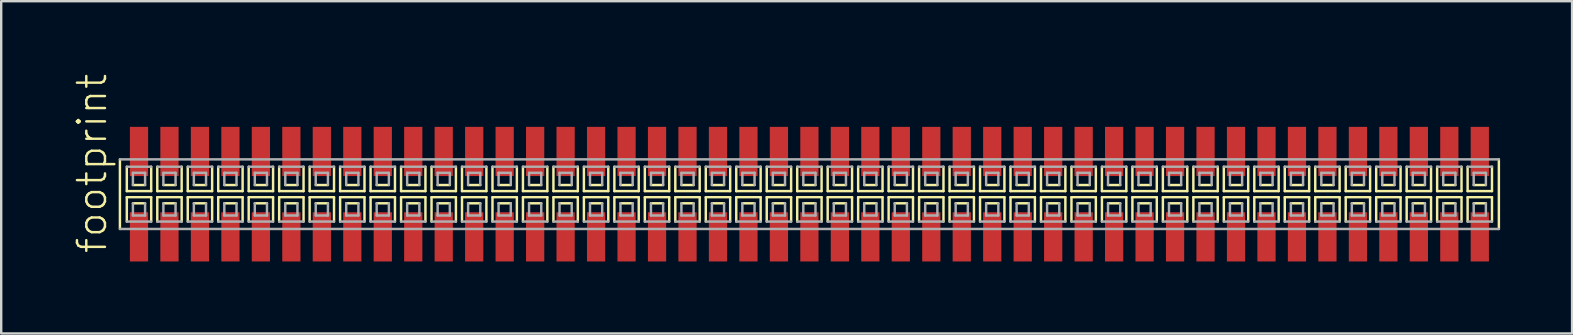
<source format=kicad_pcb>
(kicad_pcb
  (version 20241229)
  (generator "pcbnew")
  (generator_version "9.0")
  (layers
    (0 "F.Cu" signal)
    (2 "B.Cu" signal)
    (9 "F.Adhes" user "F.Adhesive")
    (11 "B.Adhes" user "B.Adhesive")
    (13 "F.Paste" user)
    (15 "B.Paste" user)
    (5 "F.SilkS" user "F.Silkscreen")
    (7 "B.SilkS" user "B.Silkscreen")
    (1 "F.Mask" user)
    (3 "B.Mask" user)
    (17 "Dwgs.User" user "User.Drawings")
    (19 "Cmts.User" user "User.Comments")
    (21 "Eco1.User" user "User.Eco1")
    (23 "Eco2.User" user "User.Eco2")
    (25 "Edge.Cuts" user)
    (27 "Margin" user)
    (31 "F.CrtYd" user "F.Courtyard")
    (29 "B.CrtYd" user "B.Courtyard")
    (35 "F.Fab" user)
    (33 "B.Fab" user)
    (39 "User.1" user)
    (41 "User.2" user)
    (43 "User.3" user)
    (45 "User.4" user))
  (footprint "footprint"
    (layer "F.Cu")
    (at 30.683 5.042)
    (property "Reference" "footprint" (at -29.21 2.54 90) (layer "F.SilkS") (effects (font (size 1.168 1.168) (thickness 0.102)) (justify left bottom)))
    (fp_line (start -28.735 -1.45) (end -28.735 1.45) (stroke (width 0.102) (type solid)) (layer "F.SilkS"))
    (fp_line (start -28.448 -1.143) (end -28.448 -0.127) (stroke (width 0.102) (type solid)) (layer "F.SilkS"))
    (fp_line (start -28.448 -0.127) (end -27.432 -0.127) (stroke (width 0.102) (type solid)) (layer "F.SilkS"))
    (fp_line (start -28.448 0.127) (end -28.448 1.143) (stroke (width 0.102) (type solid)) (layer "F.SilkS"))
    (fp_line (start -28.194 -0.381) (end -27.686 -0.381) (stroke (width 0.102) (type solid)) (layer "F.SilkS"))
    (fp_line (start -27.686 0.381) (end -28.194 0.381) (stroke (width 0.102) (type solid)) (layer "F.SilkS"))
    (fp_line (start -27.432 -0.127) (end -27.432 -1.143) (stroke (width 0.102) (type solid)) (layer "F.SilkS"))
    (fp_line (start -27.432 0.127) (end -28.448 0.127) (stroke (width 0.102) (type solid)) (layer "F.SilkS"))
    (fp_line (start -27.432 1.143) (end -27.432 0.127) (stroke (width 0.102) (type solid)) (layer "F.SilkS"))
    (fp_line (start -27.178 -1.143) (end -27.178 -0.127) (stroke (width 0.102) (type solid)) (layer "F.SilkS"))
    (fp_line (start -27.178 -0.127) (end -26.162 -0.127) (stroke (width 0.102) (type solid)) (layer "F.SilkS"))
    (fp_line (start -27.178 0.127) (end -27.178 1.143) (stroke (width 0.102) (type solid)) (layer "F.SilkS"))
    (fp_line (start -26.924 -0.381) (end -26.416 -0.381) (stroke (width 0.102) (type solid)) (layer "F.SilkS"))
    (fp_line (start -26.416 0.381) (end -26.924 0.381) (stroke (width 0.102) (type solid)) (layer "F.SilkS"))
    (fp_line (start -26.162 -0.127) (end -26.162 -1.143) (stroke (width 0.102) (type solid)) (layer "F.SilkS"))
    (fp_line (start -26.162 0.127) (end -27.178 0.127) (stroke (width 0.102) (type solid)) (layer "F.SilkS"))
    (fp_line (start -26.162 1.143) (end -26.162 0.127) (stroke (width 0.102) (type solid)) (layer "F.SilkS"))
    (fp_line (start -25.908 -1.143) (end -25.908 -0.127) (stroke (width 0.102) (type solid)) (layer "F.SilkS"))
    (fp_line (start -25.908 -0.127) (end -24.892 -0.127) (stroke (width 0.102) (type solid)) (layer "F.SilkS"))
    (fp_line (start -25.908 0.127) (end -25.908 1.143) (stroke (width 0.102) (type solid)) (layer "F.SilkS"))
    (fp_line (start -25.654 -0.381) (end -25.146 -0.381) (stroke (width 0.102) (type solid)) (layer "F.SilkS"))
    (fp_line (start -25.146 0.381) (end -25.654 0.381) (stroke (width 0.102) (type solid)) (layer "F.SilkS"))
    (fp_line (start -24.892 -0.127) (end -24.892 -1.143) (stroke (width 0.102) (type solid)) (layer "F.SilkS"))
    (fp_line (start -24.892 0.127) (end -25.908 0.127) (stroke (width 0.102) (type solid)) (layer "F.SilkS"))
    (fp_line (start -24.892 1.143) (end -24.892 0.127) (stroke (width 0.102) (type solid)) (layer "F.SilkS"))
    (fp_line (start -24.638 -1.143) (end -24.638 -0.127) (stroke (width 0.102) (type solid)) (layer "F.SilkS"))
    (fp_line (start -24.638 -0.127) (end -23.622 -0.127) (stroke (width 0.102) (type solid)) (layer "F.SilkS"))
    (fp_line (start -24.638 0.127) (end -24.638 1.143) (stroke (width 0.102) (type solid)) (layer "F.SilkS"))
    (fp_line (start -24.384 -0.381) (end -23.876 -0.381) (stroke (width 0.102) (type solid)) (layer "F.SilkS"))
    (fp_line (start -23.876 0.381) (end -24.384 0.381) (stroke (width 0.102) (type solid)) (layer "F.SilkS"))
    (fp_line (start -23.622 -0.127) (end -23.622 -1.143) (stroke (width 0.102) (type solid)) (layer "F.SilkS"))
    (fp_line (start -23.622 0.127) (end -24.638 0.127) (stroke (width 0.102) (type solid)) (layer "F.SilkS"))
    (fp_line (start -23.622 1.143) (end -23.622 0.127) (stroke (width 0.102) (type solid)) (layer "F.SilkS"))
    (fp_line (start -23.368 -1.143) (end -23.368 -0.127) (stroke (width 0.102) (type solid)) (layer "F.SilkS"))
    (fp_line (start -23.368 -0.127) (end -22.352 -0.127) (stroke (width 0.102) (type solid)) (layer "F.SilkS"))
    (fp_line (start -23.368 0.127) (end -23.368 1.143) (stroke (width 0.102) (type solid)) (layer "F.SilkS"))
    (fp_line (start -23.114 -0.381) (end -22.606 -0.381) (stroke (width 0.102) (type solid)) (layer "F.SilkS"))
    (fp_line (start -22.606 0.381) (end -23.114 0.381) (stroke (width 0.102) (type solid)) (layer "F.SilkS"))
    (fp_line (start -22.352 -0.127) (end -22.352 -1.143) (stroke (width 0.102) (type solid)) (layer "F.SilkS"))
    (fp_line (start -22.352 0.127) (end -23.368 0.127) (stroke (width 0.102) (type solid)) (layer "F.SilkS"))
    (fp_line (start -22.352 1.143) (end -22.352 0.127) (stroke (width 0.102) (type solid)) (layer "F.SilkS"))
    (fp_line (start -22.098 -1.143) (end -22.098 -0.127) (stroke (width 0.102) (type solid)) (layer "F.SilkS"))
    (fp_line (start -22.098 -0.127) (end -21.082 -0.127) (stroke (width 0.102) (type solid)) (layer "F.SilkS"))
    (fp_line (start -22.098 0.127) (end -22.098 1.143) (stroke (width 0.102) (type solid)) (layer "F.SilkS"))
    (fp_line (start -21.844 -0.381) (end -21.336 -0.381) (stroke (width 0.102) (type solid)) (layer "F.SilkS"))
    (fp_line (start -21.336 0.381) (end -21.844 0.381) (stroke (width 0.102) (type solid)) (layer "F.SilkS"))
    (fp_line (start -21.082 -0.127) (end -21.082 -1.143) (stroke (width 0.102) (type solid)) (layer "F.SilkS"))
    (fp_line (start -21.082 0.127) (end -22.098 0.127) (stroke (width 0.102) (type solid)) (layer "F.SilkS"))
    (fp_line (start -21.082 1.143) (end -21.082 0.127) (stroke (width 0.102) (type solid)) (layer "F.SilkS"))
    (fp_line (start -20.828 -1.143) (end -20.828 -0.127) (stroke (width 0.102) (type solid)) (layer "F.SilkS"))
    (fp_line (start -20.828 -0.127) (end -19.812 -0.127) (stroke (width 0.102) (type solid)) (layer "F.SilkS"))
    (fp_line (start -20.828 0.127) (end -20.828 1.143) (stroke (width 0.102) (type solid)) (layer "F.SilkS"))
    (fp_line (start -20.574 -0.381) (end -20.066 -0.381) (stroke (width 0.102) (type solid)) (layer "F.SilkS"))
    (fp_line (start -20.066 0.381) (end -20.574 0.381) (stroke (width 0.102) (type solid)) (layer "F.SilkS"))
    (fp_line (start -19.812 -0.127) (end -19.812 -1.143) (stroke (width 0.102) (type solid)) (layer "F.SilkS"))
    (fp_line (start -19.812 0.127) (end -20.828 0.127) (stroke (width 0.102) (type solid)) (layer "F.SilkS"))
    (fp_line (start -19.812 1.143) (end -19.812 0.127) (stroke (width 0.102) (type solid)) (layer "F.SilkS"))
    (fp_line (start -19.558 -1.143) (end -19.558 -0.127) (stroke (width 0.102) (type solid)) (layer "F.SilkS"))
    (fp_line (start -19.558 -0.127) (end -18.542 -0.127) (stroke (width 0.102) (type solid)) (layer "F.SilkS"))
    (fp_line (start -19.558 0.127) (end -19.558 1.143) (stroke (width 0.102) (type solid)) (layer "F.SilkS"))
    (fp_line (start -19.304 -0.381) (end -18.796 -0.381) (stroke (width 0.102) (type solid)) (layer "F.SilkS"))
    (fp_line (start -18.796 0.381) (end -19.304 0.381) (stroke (width 0.102) (type solid)) (layer "F.SilkS"))
    (fp_line (start -18.542 -0.127) (end -18.542 -1.143) (stroke (width 0.102) (type solid)) (layer "F.SilkS"))
    (fp_line (start -18.542 0.127) (end -19.558 0.127) (stroke (width 0.102) (type solid)) (layer "F.SilkS"))
    (fp_line (start -18.542 1.143) (end -18.542 0.127) (stroke (width 0.102) (type solid)) (layer "F.SilkS"))
    (fp_line (start -18.288 -1.143) (end -18.288 -0.127) (stroke (width 0.102) (type solid)) (layer "F.SilkS"))
    (fp_line (start -18.288 -0.127) (end -17.272 -0.127) (stroke (width 0.102) (type solid)) (layer "F.SilkS"))
    (fp_line (start -18.288 0.127) (end -18.288 1.143) (stroke (width 0.102) (type solid)) (layer "F.SilkS"))
    (fp_line (start -18.034 -0.381) (end -17.526 -0.381) (stroke (width 0.102) (type solid)) (layer "F.SilkS"))
    (fp_line (start -17.526 0.381) (end -18.034 0.381) (stroke (width 0.102) (type solid)) (layer "F.SilkS"))
    (fp_line (start -17.272 -0.127) (end -17.272 -1.143) (stroke (width 0.102) (type solid)) (layer "F.SilkS"))
    (fp_line (start -17.272 0.127) (end -18.288 0.127) (stroke (width 0.102) (type solid)) (layer "F.SilkS"))
    (fp_line (start -17.272 1.143) (end -17.272 0.127) (stroke (width 0.102) (type solid)) (layer "F.SilkS"))
    (fp_line (start -17.018 -1.143) (end -17.018 -0.127) (stroke (width 0.102) (type solid)) (layer "F.SilkS"))
    (fp_line (start -17.018 -0.127) (end -16.002 -0.127) (stroke (width 0.102) (type solid)) (layer "F.SilkS"))
    (fp_line (start -17.018 0.127) (end -17.018 1.143) (stroke (width 0.102) (type solid)) (layer "F.SilkS"))
    (fp_line (start -16.764 -0.381) (end -16.256 -0.381) (stroke (width 0.102) (type solid)) (layer "F.SilkS"))
    (fp_line (start -16.256 0.381) (end -16.764 0.381) (stroke (width 0.102) (type solid)) (layer "F.SilkS"))
    (fp_line (start -16.002 -0.127) (end -16.002 -1.143) (stroke (width 0.102) (type solid)) (layer "F.SilkS"))
    (fp_line (start -16.002 0.127) (end -17.018 0.127) (stroke (width 0.102) (type solid)) (layer "F.SilkS"))
    (fp_line (start -16.002 1.143) (end -16.002 0.127) (stroke (width 0.102) (type solid)) (layer "F.SilkS"))
    (fp_line (start -15.748 -1.143) (end -15.748 -0.127) (stroke (width 0.102) (type solid)) (layer "F.SilkS"))
    (fp_line (start -15.748 -0.127) (end -14.732 -0.127) (stroke (width 0.102) (type solid)) (layer "F.SilkS"))
    (fp_line (start -15.748 0.127) (end -15.748 1.143) (stroke (width 0.102) (type solid)) (layer "F.SilkS"))
    (fp_line (start -15.494 -0.381) (end -14.986 -0.381) (stroke (width 0.102) (type solid)) (layer "F.SilkS"))
    (fp_line (start -14.986 0.381) (end -15.494 0.381) (stroke (width 0.102) (type solid)) (layer "F.SilkS"))
    (fp_line (start -14.732 -0.127) (end -14.732 -1.143) (stroke (width 0.102) (type solid)) (layer "F.SilkS"))
    (fp_line (start -14.732 0.127) (end -15.748 0.127) (stroke (width 0.102) (type solid)) (layer "F.SilkS"))
    (fp_line (start -14.732 1.143) (end -14.732 0.127) (stroke (width 0.102) (type solid)) (layer "F.SilkS"))
    (fp_line (start -14.478 -1.143) (end -14.478 -0.127) (stroke (width 0.102) (type solid)) (layer "F.SilkS"))
    (fp_line (start -14.478 -0.127) (end -13.462 -0.127) (stroke (width 0.102) (type solid)) (layer "F.SilkS"))
    (fp_line (start -14.478 0.127) (end -14.478 1.143) (stroke (width 0.102) (type solid)) (layer "F.SilkS"))
    (fp_line (start -14.224 -0.381) (end -13.716 -0.381) (stroke (width 0.102) (type solid)) (layer "F.SilkS"))
    (fp_line (start -13.716 0.381) (end -14.224 0.381) (stroke (width 0.102) (type solid)) (layer "F.SilkS"))
    (fp_line (start -13.462 -0.127) (end -13.462 -1.143) (stroke (width 0.102) (type solid)) (layer "F.SilkS"))
    (fp_line (start -13.462 0.127) (end -14.478 0.127) (stroke (width 0.102) (type solid)) (layer "F.SilkS"))
    (fp_line (start -13.462 1.143) (end -13.462 0.127) (stroke (width 0.102) (type solid)) (layer "F.SilkS"))
    (fp_line (start -13.208 -1.143) (end -13.208 -0.127) (stroke (width 0.102) (type solid)) (layer "F.SilkS"))
    (fp_line (start -13.208 -0.127) (end -12.192 -0.127) (stroke (width 0.102) (type solid)) (layer "F.SilkS"))
    (fp_line (start -13.208 0.127) (end -13.208 1.143) (stroke (width 0.102) (type solid)) (layer "F.SilkS"))
    (fp_line (start -12.954 -0.381) (end -12.446 -0.381) (stroke (width 0.102) (type solid)) (layer "F.SilkS"))
    (fp_line (start -12.446 0.381) (end -12.954 0.381) (stroke (width 0.102) (type solid)) (layer "F.SilkS"))
    (fp_line (start -12.192 -0.127) (end -12.192 -1.143) (stroke (width 0.102) (type solid)) (layer "F.SilkS"))
    (fp_line (start -12.192 0.127) (end -13.208 0.127) (stroke (width 0.102) (type solid)) (layer "F.SilkS"))
    (fp_line (start -12.192 1.143) (end -12.192 0.127) (stroke (width 0.102) (type solid)) (layer "F.SilkS"))
    (fp_line (start -11.938 -1.143) (end -11.938 -0.127) (stroke (width 0.102) (type solid)) (layer "F.SilkS"))
    (fp_line (start -11.938 -0.127) (end -10.922 -0.127) (stroke (width 0.102) (type solid)) (layer "F.SilkS"))
    (fp_line (start -11.938 0.127) (end -11.938 1.143) (stroke (width 0.102) (type solid)) (layer "F.SilkS"))
    (fp_line (start -11.684 -0.381) (end -11.176 -0.381) (stroke (width 0.102) (type solid)) (layer "F.SilkS"))
    (fp_line (start -11.176 0.381) (end -11.684 0.381) (stroke (width 0.102) (type solid)) (layer "F.SilkS"))
    (fp_line (start -10.922 -0.127) (end -10.922 -1.143) (stroke (width 0.102) (type solid)) (layer "F.SilkS"))
    (fp_line (start -10.922 0.127) (end -11.938 0.127) (stroke (width 0.102) (type solid)) (layer "F.SilkS"))
    (fp_line (start -10.922 1.143) (end -10.922 0.127) (stroke (width 0.102) (type solid)) (layer "F.SilkS"))
    (fp_line (start -10.668 -1.143) (end -10.668 -0.127) (stroke (width 0.102) (type solid)) (layer "F.SilkS"))
    (fp_line (start -10.668 -0.127) (end -9.652 -0.127) (stroke (width 0.102) (type solid)) (layer "F.SilkS"))
    (fp_line (start -10.668 0.127) (end -10.668 1.143) (stroke (width 0.102) (type solid)) (layer "F.SilkS"))
    (fp_line (start -10.414 -0.381) (end -9.906 -0.381) (stroke (width 0.102) (type solid)) (layer "F.SilkS"))
    (fp_line (start -9.906 0.381) (end -10.414 0.381) (stroke (width 0.102) (type solid)) (layer "F.SilkS"))
    (fp_line (start -9.652 -0.127) (end -9.652 -1.143) (stroke (width 0.102) (type solid)) (layer "F.SilkS"))
    (fp_line (start -9.652 0.127) (end -10.668 0.127) (stroke (width 0.102) (type solid)) (layer "F.SilkS"))
    (fp_line (start -9.652 1.143) (end -9.652 0.127) (stroke (width 0.102) (type solid)) (layer "F.SilkS"))
    (fp_line (start -9.398 -1.143) (end -9.398 -0.127) (stroke (width 0.102) (type solid)) (layer "F.SilkS"))
    (fp_line (start -9.398 -0.127) (end -8.382 -0.127) (stroke (width 0.102) (type solid)) (layer "F.SilkS"))
    (fp_line (start -9.398 0.127) (end -9.398 1.143) (stroke (width 0.102) (type solid)) (layer "F.SilkS"))
    (fp_line (start -9.144 -0.381) (end -8.636 -0.381) (stroke (width 0.102) (type solid)) (layer "F.SilkS"))
    (fp_line (start -8.636 0.381) (end -9.144 0.381) (stroke (width 0.102) (type solid)) (layer "F.SilkS"))
    (fp_line (start -8.382 -0.127) (end -8.382 -1.143) (stroke (width 0.102) (type solid)) (layer "F.SilkS"))
    (fp_line (start -8.382 0.127) (end -9.398 0.127) (stroke (width 0.102) (type solid)) (layer "F.SilkS"))
    (fp_line (start -8.382 1.143) (end -8.382 0.127) (stroke (width 0.102) (type solid)) (layer "F.SilkS"))
    (fp_line (start -8.128 -1.143) (end -8.128 -0.127) (stroke (width 0.102) (type solid)) (layer "F.SilkS"))
    (fp_line (start -8.128 -0.127) (end -7.112 -0.127) (stroke (width 0.102) (type solid)) (layer "F.SilkS"))
    (fp_line (start -8.128 0.127) (end -8.128 1.143) (stroke (width 0.102) (type solid)) (layer "F.SilkS"))
    (fp_line (start -7.874 -0.381) (end -7.366 -0.381) (stroke (width 0.102) (type solid)) (layer "F.SilkS"))
    (fp_line (start -7.366 0.381) (end -7.874 0.381) (stroke (width 0.102) (type solid)) (layer "F.SilkS"))
    (fp_line (start -7.112 -0.127) (end -7.112 -1.143) (stroke (width 0.102) (type solid)) (layer "F.SilkS"))
    (fp_line (start -7.112 0.127) (end -8.128 0.127) (stroke (width 0.102) (type solid)) (layer "F.SilkS"))
    (fp_line (start -7.112 1.143) (end -7.112 0.127) (stroke (width 0.102) (type solid)) (layer "F.SilkS"))
    (fp_line (start -6.858 -1.143) (end -6.858 -0.127) (stroke (width 0.102) (type solid)) (layer "F.SilkS"))
    (fp_line (start -6.858 -0.127) (end -5.842 -0.127) (stroke (width 0.102) (type solid)) (layer "F.SilkS"))
    (fp_line (start -6.858 0.127) (end -6.858 1.143) (stroke (width 0.102) (type solid)) (layer "F.SilkS"))
    (fp_line (start -6.604 -0.381) (end -6.096 -0.381) (stroke (width 0.102) (type solid)) (layer "F.SilkS"))
    (fp_line (start -6.096 0.381) (end -6.604 0.381) (stroke (width 0.102) (type solid)) (layer "F.SilkS"))
    (fp_line (start -5.842 -0.127) (end -5.842 -1.143) (stroke (width 0.102) (type solid)) (layer "F.SilkS"))
    (fp_line (start -5.842 0.127) (end -6.858 0.127) (stroke (width 0.102) (type solid)) (layer "F.SilkS"))
    (fp_line (start -5.842 1.143) (end -5.842 0.127) (stroke (width 0.102) (type solid)) (layer "F.SilkS"))
    (fp_line (start -5.588 -1.143) (end -5.588 -0.127) (stroke (width 0.102) (type solid)) (layer "F.SilkS"))
    (fp_line (start -5.588 -0.127) (end -4.572 -0.127) (stroke (width 0.102) (type solid)) (layer "F.SilkS"))
    (fp_line (start -5.588 0.127) (end -5.588 1.143) (stroke (width 0.102) (type solid)) (layer "F.SilkS"))
    (fp_line (start -5.334 -0.381) (end -4.826 -0.381) (stroke (width 0.102) (type solid)) (layer "F.SilkS"))
    (fp_line (start -4.826 0.381) (end -5.334 0.381) (stroke (width 0.102) (type solid)) (layer "F.SilkS"))
    (fp_line (start -4.572 -0.127) (end -4.572 -1.143) (stroke (width 0.102) (type solid)) (layer "F.SilkS"))
    (fp_line (start -4.572 0.127) (end -5.588 0.127) (stroke (width 0.102) (type solid)) (layer "F.SilkS"))
    (fp_line (start -4.572 1.143) (end -4.572 0.127) (stroke (width 0.102) (type solid)) (layer "F.SilkS"))
    (fp_line (start -4.318 -1.143) (end -4.318 -0.127) (stroke (width 0.102) (type solid)) (layer "F.SilkS"))
    (fp_line (start -4.318 -0.127) (end -3.302 -0.127) (stroke (width 0.102) (type solid)) (layer "F.SilkS"))
    (fp_line (start -4.318 0.127) (end -4.318 1.143) (stroke (width 0.102) (type solid)) (layer "F.SilkS"))
    (fp_line (start -4.064 -0.381) (end -3.556 -0.381) (stroke (width 0.102) (type solid)) (layer "F.SilkS"))
    (fp_line (start -3.556 0.381) (end -4.064 0.381) (stroke (width 0.102) (type solid)) (layer "F.SilkS"))
    (fp_line (start -3.302 -0.127) (end -3.302 -1.143) (stroke (width 0.102) (type solid)) (layer "F.SilkS"))
    (fp_line (start -3.302 0.127) (end -4.318 0.127) (stroke (width 0.102) (type solid)) (layer "F.SilkS"))
    (fp_line (start -3.302 1.143) (end -3.302 0.127) (stroke (width 0.102) (type solid)) (layer "F.SilkS"))
    (fp_line (start -3.048 -1.143) (end -3.048 -0.127) (stroke (width 0.102) (type solid)) (layer "F.SilkS"))
    (fp_line (start -3.048 -0.127) (end -2.032 -0.127) (stroke (width 0.102) (type solid)) (layer "F.SilkS"))
    (fp_line (start -3.048 0.127) (end -3.048 1.143) (stroke (width 0.102) (type solid)) (layer "F.SilkS"))
    (fp_line (start -2.794 -0.381) (end -2.286 -0.381) (stroke (width 0.102) (type solid)) (layer "F.SilkS"))
    (fp_line (start -2.286 0.381) (end -2.794 0.381) (stroke (width 0.102) (type solid)) (layer "F.SilkS"))
    (fp_line (start -2.032 -0.127) (end -2.032 -1.143) (stroke (width 0.102) (type solid)) (layer "F.SilkS"))
    (fp_line (start -2.032 0.127) (end -3.048 0.127) (stroke (width 0.102) (type solid)) (layer "F.SilkS"))
    (fp_line (start -2.032 1.143) (end -2.032 0.127) (stroke (width 0.102) (type solid)) (layer "F.SilkS"))
    (fp_line (start -1.778 -1.143) (end -1.778 -0.127) (stroke (width 0.102) (type solid)) (layer "F.SilkS"))
    (fp_line (start -1.778 -0.127) (end -0.762 -0.127) (stroke (width 0.102) (type solid)) (layer "F.SilkS"))
    (fp_line (start -1.778 0.127) (end -1.778 1.143) (stroke (width 0.102) (type solid)) (layer "F.SilkS"))
    (fp_line (start -1.524 -0.381) (end -1.016 -0.381) (stroke (width 0.102) (type solid)) (layer "F.SilkS"))
    (fp_line (start -1.016 0.381) (end -1.524 0.381) (stroke (width 0.102) (type solid)) (layer "F.SilkS"))
    (fp_line (start -0.762 -0.127) (end -0.762 -1.143) (stroke (width 0.102) (type solid)) (layer "F.SilkS"))
    (fp_line (start -0.762 0.127) (end -1.778 0.127) (stroke (width 0.102) (type solid)) (layer "F.SilkS"))
    (fp_line (start -0.762 1.143) (end -0.762 0.127) (stroke (width 0.102) (type solid)) (layer "F.SilkS"))
    (fp_line (start -0.508 -1.143) (end -0.508 -0.127) (stroke (width 0.102) (type solid)) (layer "F.SilkS"))
    (fp_line (start -0.508 -0.127) (end 0.508 -0.127) (stroke (width 0.102) (type solid)) (layer "F.SilkS"))
    (fp_line (start -0.508 0.127) (end -0.508 1.143) (stroke (width 0.102) (type solid)) (layer "F.SilkS"))
    (fp_line (start -0.254 -0.381) (end 0.254 -0.381) (stroke (width 0.102) (type solid)) (layer "F.SilkS"))
    (fp_line (start 0.254 0.381) (end -0.254 0.381) (stroke (width 0.102) (type solid)) (layer "F.SilkS"))
    (fp_line (start 0.508 -0.127) (end 0.508 -1.143) (stroke (width 0.102) (type solid)) (layer "F.SilkS"))
    (fp_line (start 0.508 0.127) (end -0.508 0.127) (stroke (width 0.102) (type solid)) (layer "F.SilkS"))
    (fp_line (start 0.508 1.143) (end 0.508 0.127) (stroke (width 0.102) (type solid)) (layer "F.SilkS"))
    (fp_line (start 0.762 -1.143) (end 0.762 -0.127) (stroke (width 0.102) (type solid)) (layer "F.SilkS"))
    (fp_line (start 0.762 -0.127) (end 1.778 -0.127) (stroke (width 0.102) (type solid)) (layer "F.SilkS"))
    (fp_line (start 0.762 0.127) (end 0.762 1.143) (stroke (width 0.102) (type solid)) (layer "F.SilkS"))
    (fp_line (start 1.016 -0.381) (end 1.524 -0.381) (stroke (width 0.102) (type solid)) (layer "F.SilkS"))
    (fp_line (start 1.524 0.381) (end 1.016 0.381) (stroke (width 0.102) (type solid)) (layer "F.SilkS"))
    (fp_line (start 1.778 -0.127) (end 1.778 -1.143) (stroke (width 0.102) (type solid)) (layer "F.SilkS"))
    (fp_line (start 1.778 0.127) (end 0.762 0.127) (stroke (width 0.102) (type solid)) (layer "F.SilkS"))
    (fp_line (start 1.778 1.143) (end 1.778 0.127) (stroke (width 0.102) (type solid)) (layer "F.SilkS"))
    (fp_line (start 2.032 -1.143) (end 2.032 -0.127) (stroke (width 0.102) (type solid)) (layer "F.SilkS"))
    (fp_line (start 2.032 -0.127) (end 3.048 -0.127) (stroke (width 0.102) (type solid)) (layer "F.SilkS"))
    (fp_line (start 2.032 0.127) (end 2.032 1.143) (stroke (width 0.102) (type solid)) (layer "F.SilkS"))
    (fp_line (start 2.286 -0.381) (end 2.794 -0.381) (stroke (width 0.102) (type solid)) (layer "F.SilkS"))
    (fp_line (start 2.794 0.381) (end 2.286 0.381) (stroke (width 0.102) (type solid)) (layer "F.SilkS"))
    (fp_line (start 3.048 -0.127) (end 3.048 -1.143) (stroke (width 0.102) (type solid)) (layer "F.SilkS"))
    (fp_line (start 3.048 0.127) (end 2.032 0.127) (stroke (width 0.102) (type solid)) (layer "F.SilkS"))
    (fp_line (start 3.048 1.143) (end 3.048 0.127) (stroke (width 0.102) (type solid)) (layer "F.SilkS"))
    (fp_line (start 3.302 -1.143) (end 3.302 -0.127) (stroke (width 0.102) (type solid)) (layer "F.SilkS"))
    (fp_line (start 3.302 -0.127) (end 4.318 -0.127) (stroke (width 0.102) (type solid)) (layer "F.SilkS"))
    (fp_line (start 3.302 0.127) (end 3.302 1.143) (stroke (width 0.102) (type solid)) (layer "F.SilkS"))
    (fp_line (start 3.556 -0.381) (end 4.064 -0.381) (stroke (width 0.102) (type solid)) (layer "F.SilkS"))
    (fp_line (start 4.064 0.381) (end 3.556 0.381) (stroke (width 0.102) (type solid)) (layer "F.SilkS"))
    (fp_line (start 4.318 -0.127) (end 4.318 -1.143) (stroke (width 0.102) (type solid)) (layer "F.SilkS"))
    (fp_line (start 4.318 0.127) (end 3.302 0.127) (stroke (width 0.102) (type solid)) (layer "F.SilkS"))
    (fp_line (start 4.318 1.143) (end 4.318 0.127) (stroke (width 0.102) (type solid)) (layer "F.SilkS"))
    (fp_line (start 4.572 -1.143) (end 4.572 -0.127) (stroke (width 0.102) (type solid)) (layer "F.SilkS"))
    (fp_line (start 4.572 -0.127) (end 5.588 -0.127) (stroke (width 0.102) (type solid)) (layer "F.SilkS"))
    (fp_line (start 4.572 0.127) (end 4.572 1.143) (stroke (width 0.102) (type solid)) (layer "F.SilkS"))
    (fp_line (start 4.826 -0.381) (end 5.334 -0.381) (stroke (width 0.102) (type solid)) (layer "F.SilkS"))
    (fp_line (start 5.334 0.381) (end 4.826 0.381) (stroke (width 0.102) (type solid)) (layer "F.SilkS"))
    (fp_line (start 5.588 -0.127) (end 5.588 -1.143) (stroke (width 0.102) (type solid)) (layer "F.SilkS"))
    (fp_line (start 5.588 0.127) (end 4.572 0.127) (stroke (width 0.102) (type solid)) (layer "F.SilkS"))
    (fp_line (start 5.588 1.143) (end 5.588 0.127) (stroke (width 0.102) (type solid)) (layer "F.SilkS"))
    (fp_line (start 5.842 -1.143) (end 5.842 -0.127) (stroke (width 0.102) (type solid)) (layer "F.SilkS"))
    (fp_line (start 5.842 -0.127) (end 6.858 -0.127) (stroke (width 0.102) (type solid)) (layer "F.SilkS"))
    (fp_line (start 5.842 0.127) (end 5.842 1.143) (stroke (width 0.102) (type solid)) (layer "F.SilkS"))
    (fp_line (start 6.096 -0.381) (end 6.604 -0.381) (stroke (width 0.102) (type solid)) (layer "F.SilkS"))
    (fp_line (start 6.604 0.381) (end 6.096 0.381) (stroke (width 0.102) (type solid)) (layer "F.SilkS"))
    (fp_line (start 6.858 -0.127) (end 6.858 -1.143) (stroke (width 0.102) (type solid)) (layer "F.SilkS"))
    (fp_line (start 6.858 0.127) (end 5.842 0.127) (stroke (width 0.102) (type solid)) (layer "F.SilkS"))
    (fp_line (start 6.858 1.143) (end 6.858 0.127) (stroke (width 0.102) (type solid)) (layer "F.SilkS"))
    (fp_line (start 7.112 -1.143) (end 7.112 -0.127) (stroke (width 0.102) (type solid)) (layer "F.SilkS"))
    (fp_line (start 7.112 -0.127) (end 8.128 -0.127) (stroke (width 0.102) (type solid)) (layer "F.SilkS"))
    (fp_line (start 7.112 0.127) (end 7.112 1.143) (stroke (width 0.102) (type solid)) (layer "F.SilkS"))
    (fp_line (start 7.366 -0.381) (end 7.874 -0.381) (stroke (width 0.102) (type solid)) (layer "F.SilkS"))
    (fp_line (start 7.874 0.381) (end 7.366 0.381) (stroke (width 0.102) (type solid)) (layer "F.SilkS"))
    (fp_line (start 8.128 -0.127) (end 8.128 -1.143) (stroke (width 0.102) (type solid)) (layer "F.SilkS"))
    (fp_line (start 8.128 0.127) (end 7.112 0.127) (stroke (width 0.102) (type solid)) (layer "F.SilkS"))
    (fp_line (start 8.128 1.143) (end 8.128 0.127) (stroke (width 0.102) (type solid)) (layer "F.SilkS"))
    (fp_line (start 8.382 -1.143) (end 8.382 -0.127) (stroke (width 0.102) (type solid)) (layer "F.SilkS"))
    (fp_line (start 8.382 -0.127) (end 9.398 -0.127) (stroke (width 0.102) (type solid)) (layer "F.SilkS"))
    (fp_line (start 8.382 0.127) (end 8.382 1.143) (stroke (width 0.102) (type solid)) (layer "F.SilkS"))
    (fp_line (start 8.636 -0.381) (end 9.144 -0.381) (stroke (width 0.102) (type solid)) (layer "F.SilkS"))
    (fp_line (start 9.144 0.381) (end 8.636 0.381) (stroke (width 0.102) (type solid)) (layer "F.SilkS"))
    (fp_line (start 9.398 -0.127) (end 9.398 -1.143) (stroke (width 0.102) (type solid)) (layer "F.SilkS"))
    (fp_line (start 9.398 0.127) (end 8.382 0.127) (stroke (width 0.102) (type solid)) (layer "F.SilkS"))
    (fp_line (start 9.398 1.143) (end 9.398 0.127) (stroke (width 0.102) (type solid)) (layer "F.SilkS"))
    (fp_line (start 9.652 -1.143) (end 9.652 -0.127) (stroke (width 0.102) (type solid)) (layer "F.SilkS"))
    (fp_line (start 9.652 -0.127) (end 10.668 -0.127) (stroke (width 0.102) (type solid)) (layer "F.SilkS"))
    (fp_line (start 9.652 0.127) (end 9.652 1.143) (stroke (width 0.102) (type solid)) (layer "F.SilkS"))
    (fp_line (start 9.906 -0.381) (end 10.414 -0.381) (stroke (width 0.102) (type solid)) (layer "F.SilkS"))
    (fp_line (start 10.414 0.381) (end 9.906 0.381) (stroke (width 0.102) (type solid)) (layer "F.SilkS"))
    (fp_line (start 10.668 -0.127) (end 10.668 -1.143) (stroke (width 0.102) (type solid)) (layer "F.SilkS"))
    (fp_line (start 10.668 0.127) (end 9.652 0.127) (stroke (width 0.102) (type solid)) (layer "F.SilkS"))
    (fp_line (start 10.668 1.143) (end 10.668 0.127) (stroke (width 0.102) (type solid)) (layer "F.SilkS"))
    (fp_line (start 10.922 -1.143) (end 10.922 -0.127) (stroke (width 0.102) (type solid)) (layer "F.SilkS"))
    (fp_line (start 10.922 -0.127) (end 11.938 -0.127) (stroke (width 0.102) (type solid)) (layer "F.SilkS"))
    (fp_line (start 10.922 0.127) (end 10.922 1.143) (stroke (width 0.102) (type solid)) (layer "F.SilkS"))
    (fp_line (start 11.176 -0.381) (end 11.684 -0.381) (stroke (width 0.102) (type solid)) (layer "F.SilkS"))
    (fp_line (start 11.684 0.381) (end 11.176 0.381) (stroke (width 0.102) (type solid)) (layer "F.SilkS"))
    (fp_line (start 11.938 -0.127) (end 11.938 -1.143) (stroke (width 0.102) (type solid)) (layer "F.SilkS"))
    (fp_line (start 11.938 0.127) (end 10.922 0.127) (stroke (width 0.102) (type solid)) (layer "F.SilkS"))
    (fp_line (start 11.938 1.143) (end 11.938 0.127) (stroke (width 0.102) (type solid)) (layer "F.SilkS"))
    (fp_line (start 12.192 -1.143) (end 12.192 -0.127) (stroke (width 0.102) (type solid)) (layer "F.SilkS"))
    (fp_line (start 12.192 -0.127) (end 13.208 -0.127) (stroke (width 0.102) (type solid)) (layer "F.SilkS"))
    (fp_line (start 12.192 0.127) (end 12.192 1.143) (stroke (width 0.102) (type solid)) (layer "F.SilkS"))
    (fp_line (start 12.446 -0.381) (end 12.954 -0.381) (stroke (width 0.102) (type solid)) (layer "F.SilkS"))
    (fp_line (start 12.954 0.381) (end 12.446 0.381) (stroke (width 0.102) (type solid)) (layer "F.SilkS"))
    (fp_line (start 13.208 -0.127) (end 13.208 -1.143) (stroke (width 0.102) (type solid)) (layer "F.SilkS"))
    (fp_line (start 13.208 0.127) (end 12.192 0.127) (stroke (width 0.102) (type solid)) (layer "F.SilkS"))
    (fp_line (start 13.208 1.143) (end 13.208 0.127) (stroke (width 0.102) (type solid)) (layer "F.SilkS"))
    (fp_line (start 13.462 -1.143) (end 13.462 -0.127) (stroke (width 0.102) (type solid)) (layer "F.SilkS"))
    (fp_line (start 13.462 -0.127) (end 14.478 -0.127) (stroke (width 0.102) (type solid)) (layer "F.SilkS"))
    (fp_line (start 13.462 0.127) (end 13.462 1.143) (stroke (width 0.102) (type solid)) (layer "F.SilkS"))
    (fp_line (start 13.716 -0.381) (end 14.224 -0.381) (stroke (width 0.102) (type solid)) (layer "F.SilkS"))
    (fp_line (start 14.224 0.381) (end 13.716 0.381) (stroke (width 0.102) (type solid)) (layer "F.SilkS"))
    (fp_line (start 14.478 -0.127) (end 14.478 -1.143) (stroke (width 0.102) (type solid)) (layer "F.SilkS"))
    (fp_line (start 14.478 0.127) (end 13.462 0.127) (stroke (width 0.102) (type solid)) (layer "F.SilkS"))
    (fp_line (start 14.478 1.143) (end 14.478 0.127) (stroke (width 0.102) (type solid)) (layer "F.SilkS"))
    (fp_line (start 14.732 -1.143) (end 14.732 -0.127) (stroke (width 0.102) (type solid)) (layer "F.SilkS"))
    (fp_line (start 14.732 -0.127) (end 15.748 -0.127) (stroke (width 0.102) (type solid)) (layer "F.SilkS"))
    (fp_line (start 14.732 0.127) (end 14.732 1.143) (stroke (width 0.102) (type solid)) (layer "F.SilkS"))
    (fp_line (start 14.986 -0.381) (end 15.494 -0.381) (stroke (width 0.102) (type solid)) (layer "F.SilkS"))
    (fp_line (start 15.494 0.381) (end 14.986 0.381) (stroke (width 0.102) (type solid)) (layer "F.SilkS"))
    (fp_line (start 15.748 -0.127) (end 15.748 -1.143) (stroke (width 0.102) (type solid)) (layer "F.SilkS"))
    (fp_line (start 15.748 0.127) (end 14.732 0.127) (stroke (width 0.102) (type solid)) (layer "F.SilkS"))
    (fp_line (start 15.748 1.143) (end 15.748 0.127) (stroke (width 0.102) (type solid)) (layer "F.SilkS"))
    (fp_line (start 16.002 -1.143) (end 16.002 -0.127) (stroke (width 0.102) (type solid)) (layer "F.SilkS"))
    (fp_line (start 16.002 -0.127) (end 17.018 -0.127) (stroke (width 0.102) (type solid)) (layer "F.SilkS"))
    (fp_line (start 16.002 0.127) (end 16.002 1.143) (stroke (width 0.102) (type solid)) (layer "F.SilkS"))
    (fp_line (start 16.256 -0.381) (end 16.764 -0.381) (stroke (width 0.102) (type solid)) (layer "F.SilkS"))
    (fp_line (start 16.764 0.381) (end 16.256 0.381) (stroke (width 0.102) (type solid)) (layer "F.SilkS"))
    (fp_line (start 17.018 -0.127) (end 17.018 -1.143) (stroke (width 0.102) (type solid)) (layer "F.SilkS"))
    (fp_line (start 17.018 0.127) (end 16.002 0.127) (stroke (width 0.102) (type solid)) (layer "F.SilkS"))
    (fp_line (start 17.018 1.143) (end 17.018 0.127) (stroke (width 0.102) (type solid)) (layer "F.SilkS"))
    (fp_line (start 17.272 -1.143) (end 17.272 -0.127) (stroke (width 0.102) (type solid)) (layer "F.SilkS"))
    (fp_line (start 17.272 -0.127) (end 18.288 -0.127) (stroke (width 0.102) (type solid)) (layer "F.SilkS"))
    (fp_line (start 17.272 0.127) (end 17.272 1.143) (stroke (width 0.102) (type solid)) (layer "F.SilkS"))
    (fp_line (start 17.526 -0.381) (end 18.034 -0.381) (stroke (width 0.102) (type solid)) (layer "F.SilkS"))
    (fp_line (start 18.034 0.381) (end 17.526 0.381) (stroke (width 0.102) (type solid)) (layer "F.SilkS"))
    (fp_line (start 18.288 -0.127) (end 18.288 -1.143) (stroke (width 0.102) (type solid)) (layer "F.SilkS"))
    (fp_line (start 18.288 0.127) (end 17.272 0.127) (stroke (width 0.102) (type solid)) (layer "F.SilkS"))
    (fp_line (start 18.288 1.143) (end 18.288 0.127) (stroke (width 0.102) (type solid)) (layer "F.SilkS"))
    (fp_line (start 18.542 -1.143) (end 18.542 -0.127) (stroke (width 0.102) (type solid)) (layer "F.SilkS"))
    (fp_line (start 18.542 -0.127) (end 19.558 -0.127) (stroke (width 0.102) (type solid)) (layer "F.SilkS"))
    (fp_line (start 18.542 0.127) (end 18.542 1.143) (stroke (width 0.102) (type solid)) (layer "F.SilkS"))
    (fp_line (start 18.796 -0.381) (end 19.304 -0.381) (stroke (width 0.102) (type solid)) (layer "F.SilkS"))
    (fp_line (start 19.304 0.381) (end 18.796 0.381) (stroke (width 0.102) (type solid)) (layer "F.SilkS"))
    (fp_line (start 19.558 -0.127) (end 19.558 -1.143) (stroke (width 0.102) (type solid)) (layer "F.SilkS"))
    (fp_line (start 19.558 0.127) (end 18.542 0.127) (stroke (width 0.102) (type solid)) (layer "F.SilkS"))
    (fp_line (start 19.558 1.143) (end 19.558 0.127) (stroke (width 0.102) (type solid)) (layer "F.SilkS"))
    (fp_line (start 19.812 -1.143) (end 19.812 -0.127) (stroke (width 0.102) (type solid)) (layer "F.SilkS"))
    (fp_line (start 19.812 -0.127) (end 20.828 -0.127) (stroke (width 0.102) (type solid)) (layer "F.SilkS"))
    (fp_line (start 19.812 0.127) (end 19.812 1.143) (stroke (width 0.102) (type solid)) (layer "F.SilkS"))
    (fp_line (start 20.066 -0.381) (end 20.574 -0.381) (stroke (width 0.102) (type solid)) (layer "F.SilkS"))
    (fp_line (start 20.574 0.381) (end 20.066 0.381) (stroke (width 0.102) (type solid)) (layer "F.SilkS"))
    (fp_line (start 20.828 -0.127) (end 20.828 -1.143) (stroke (width 0.102) (type solid)) (layer "F.SilkS"))
    (fp_line (start 20.828 0.127) (end 19.812 0.127) (stroke (width 0.102) (type solid)) (layer "F.SilkS"))
    (fp_line (start 20.828 1.143) (end 20.828 0.127) (stroke (width 0.102) (type solid)) (layer "F.SilkS"))
    (fp_line (start 21.082 -1.143) (end 21.082 -0.127) (stroke (width 0.102) (type solid)) (layer "F.SilkS"))
    (fp_line (start 21.082 -0.127) (end 22.098 -0.127) (stroke (width 0.102) (type solid)) (layer "F.SilkS"))
    (fp_line (start 21.082 0.127) (end 21.082 1.143) (stroke (width 0.102) (type solid)) (layer "F.SilkS"))
    (fp_line (start 21.336 -0.381) (end 21.844 -0.381) (stroke (width 0.102) (type solid)) (layer "F.SilkS"))
    (fp_line (start 21.844 0.381) (end 21.336 0.381) (stroke (width 0.102) (type solid)) (layer "F.SilkS"))
    (fp_line (start 22.098 -0.127) (end 22.098 -1.143) (stroke (width 0.102) (type solid)) (layer "F.SilkS"))
    (fp_line (start 22.098 0.127) (end 21.082 0.127) (stroke (width 0.102) (type solid)) (layer "F.SilkS"))
    (fp_line (start 22.098 1.143) (end 22.098 0.127) (stroke (width 0.102) (type solid)) (layer "F.SilkS"))
    (fp_line (start 22.352 -1.143) (end 22.352 -0.127) (stroke (width 0.102) (type solid)) (layer "F.SilkS"))
    (fp_line (start 22.352 -0.127) (end 23.368 -0.127) (stroke (width 0.102) (type solid)) (layer "F.SilkS"))
    (fp_line (start 22.352 0.127) (end 22.352 1.143) (stroke (width 0.102) (type solid)) (layer "F.SilkS"))
    (fp_line (start 22.606 -0.381) (end 23.114 -0.381) (stroke (width 0.102) (type solid)) (layer "F.SilkS"))
    (fp_line (start 23.114 0.381) (end 22.606 0.381) (stroke (width 0.102) (type solid)) (layer "F.SilkS"))
    (fp_line (start 23.368 -0.127) (end 23.368 -1.143) (stroke (width 0.102) (type solid)) (layer "F.SilkS"))
    (fp_line (start 23.368 0.127) (end 22.352 0.127) (stroke (width 0.102) (type solid)) (layer "F.SilkS"))
    (fp_line (start 23.368 1.143) (end 23.368 0.127) (stroke (width 0.102) (type solid)) (layer "F.SilkS"))
    (fp_line (start 23.622 -1.143) (end 23.622 -0.127) (stroke (width 0.102) (type solid)) (layer "F.SilkS"))
    (fp_line (start 23.622 -0.127) (end 24.638 -0.127) (stroke (width 0.102) (type solid)) (layer "F.SilkS"))
    (fp_line (start 23.622 0.127) (end 23.622 1.143) (stroke (width 0.102) (type solid)) (layer "F.SilkS"))
    (fp_line (start 23.876 -0.381) (end 24.384 -0.381) (stroke (width 0.102) (type solid)) (layer "F.SilkS"))
    (fp_line (start 24.384 0.381) (end 23.876 0.381) (stroke (width 0.102) (type solid)) (layer "F.SilkS"))
    (fp_line (start 24.638 -0.127) (end 24.638 -1.143) (stroke (width 0.102) (type solid)) (layer "F.SilkS"))
    (fp_line (start 24.638 0.127) (end 23.622 0.127) (stroke (width 0.102) (type solid)) (layer "F.SilkS"))
    (fp_line (start 24.638 1.143) (end 24.638 0.127) (stroke (width 0.102) (type solid)) (layer "F.SilkS"))
    (fp_line (start 24.892 -1.143) (end 24.892 -0.127) (stroke (width 0.102) (type solid)) (layer "F.SilkS"))
    (fp_line (start 24.892 -0.127) (end 25.908 -0.127) (stroke (width 0.102) (type solid)) (layer "F.SilkS"))
    (fp_line (start 24.892 0.127) (end 24.892 1.143) (stroke (width 0.102) (type solid)) (layer "F.SilkS"))
    (fp_line (start 25.146 -0.381) (end 25.654 -0.381) (stroke (width 0.102) (type solid)) (layer "F.SilkS"))
    (fp_line (start 25.654 0.381) (end 25.146 0.381) (stroke (width 0.102) (type solid)) (layer "F.SilkS"))
    (fp_line (start 25.908 -0.127) (end 25.908 -1.143) (stroke (width 0.102) (type solid)) (layer "F.SilkS"))
    (fp_line (start 25.908 0.127) (end 24.892 0.127) (stroke (width 0.102) (type solid)) (layer "F.SilkS"))
    (fp_line (start 25.908 1.143) (end 25.908 0.127) (stroke (width 0.102) (type solid)) (layer "F.SilkS"))
    (fp_line (start 26.162 -1.143) (end 26.162 -0.127) (stroke (width 0.102) (type solid)) (layer "F.SilkS"))
    (fp_line (start 26.162 -0.127) (end 27.178 -0.127) (stroke (width 0.102) (type solid)) (layer "F.SilkS"))
    (fp_line (start 26.162 0.127) (end 26.162 1.143) (stroke (width 0.102) (type solid)) (layer "F.SilkS"))
    (fp_line (start 26.416 -0.381) (end 26.924 -0.381) (stroke (width 0.102) (type solid)) (layer "F.SilkS"))
    (fp_line (start 26.924 0.381) (end 26.416 0.381) (stroke (width 0.102) (type solid)) (layer "F.SilkS"))
    (fp_line (start 27.178 -0.127) (end 27.178 -1.143) (stroke (width 0.102) (type solid)) (layer "F.SilkS"))
    (fp_line (start 27.178 0.127) (end 26.162 0.127) (stroke (width 0.102) (type solid)) (layer "F.SilkS"))
    (fp_line (start 27.178 1.143) (end 27.178 0.127) (stroke (width 0.102) (type solid)) (layer "F.SilkS"))
    (fp_line (start 27.432 -1.143) (end 27.432 -0.127) (stroke (width 0.102) (type solid)) (layer "F.SilkS"))
    (fp_line (start 27.432 -0.127) (end 28.448 -0.127) (stroke (width 0.102) (type solid)) (layer "F.SilkS"))
    (fp_line (start 27.432 0.127) (end 27.432 1.143) (stroke (width 0.102) (type solid)) (layer "F.SilkS"))
    (fp_line (start 27.686 -0.381) (end 28.194 -0.381) (stroke (width 0.102) (type solid)) (layer "F.SilkS"))
    (fp_line (start 28.194 0.381) (end 27.686 0.381) (stroke (width 0.102) (type solid)) (layer "F.SilkS"))
    (fp_line (start 28.448 -0.127) (end 28.448 -1.143) (stroke (width 0.102) (type solid)) (layer "F.SilkS"))
    (fp_line (start 28.448 0.127) (end 27.432 0.127) (stroke (width 0.102) (type solid)) (layer "F.SilkS"))
    (fp_line (start 28.448 1.143) (end 28.448 0.127) (stroke (width 0.102) (type solid)) (layer "F.SilkS"))
    (fp_line (start 28.735 1.45) (end 28.735 -1.45) (stroke (width 0.102) (type solid)) (layer "F.SilkS"))
    (fp_line (start -28.735 1.45) (end 28.735 1.45) (stroke (width 0.102) (type solid)) (layer "F.Fab"))
    (fp_line (start -28.448 1.143) (end -27.432 1.143) (stroke (width 0.102) (type solid)) (layer "F.Fab"))
    (fp_line (start -28.194 -0.889) (end -28.194 -0.381) (stroke (width 0.102) (type solid)) (layer "F.Fab"))
    (fp_line (start -28.194 0.381) (end -28.194 0.889) (stroke (width 0.102) (type solid)) (layer "F.Fab"))
    (fp_line (start -28.194 0.889) (end -27.686 0.889) (stroke (width 0.102) (type solid)) (layer "F.Fab"))
    (fp_line (start -27.686 -0.889) (end -28.194 -0.889) (stroke (width 0.102) (type solid)) (layer "F.Fab"))
    (fp_line (start -27.686 -0.381) (end -27.686 -0.889) (stroke (width 0.102) (type solid)) (layer "F.Fab"))
    (fp_line (start -27.686 0.889) (end -27.686 0.381) (stroke (width 0.102) (type solid)) (layer "F.Fab"))
    (fp_line (start -27.432 -1.143) (end -28.448 -1.143) (stroke (width 0.102) (type solid)) (layer "F.Fab"))
    (fp_line (start -27.178 1.143) (end -26.162 1.143) (stroke (width 0.102) (type solid)) (layer "F.Fab"))
    (fp_line (start -26.924 -0.889) (end -26.924 -0.381) (stroke (width 0.102) (type solid)) (layer "F.Fab"))
    (fp_line (start -26.924 0.381) (end -26.924 0.889) (stroke (width 0.102) (type solid)) (layer "F.Fab"))
    (fp_line (start -26.924 0.889) (end -26.416 0.889) (stroke (width 0.102) (type solid)) (layer "F.Fab"))
    (fp_line (start -26.416 -0.889) (end -26.924 -0.889) (stroke (width 0.102) (type solid)) (layer "F.Fab"))
    (fp_line (start -26.416 -0.381) (end -26.416 -0.889) (stroke (width 0.102) (type solid)) (layer "F.Fab"))
    (fp_line (start -26.416 0.889) (end -26.416 0.381) (stroke (width 0.102) (type solid)) (layer "F.Fab"))
    (fp_line (start -26.162 -1.143) (end -27.178 -1.143) (stroke (width 0.102) (type solid)) (layer "F.Fab"))
    (fp_line (start -25.908 1.143) (end -24.892 1.143) (stroke (width 0.102) (type solid)) (layer "F.Fab"))
    (fp_line (start -25.654 -0.889) (end -25.654 -0.381) (stroke (width 0.102) (type solid)) (layer "F.Fab"))
    (fp_line (start -25.654 0.381) (end -25.654 0.889) (stroke (width 0.102) (type solid)) (layer "F.Fab"))
    (fp_line (start -25.654 0.889) (end -25.146 0.889) (stroke (width 0.102) (type solid)) (layer "F.Fab"))
    (fp_line (start -25.146 -0.889) (end -25.654 -0.889) (stroke (width 0.102) (type solid)) (layer "F.Fab"))
    (fp_line (start -25.146 -0.381) (end -25.146 -0.889) (stroke (width 0.102) (type solid)) (layer "F.Fab"))
    (fp_line (start -25.146 0.889) (end -25.146 0.381) (stroke (width 0.102) (type solid)) (layer "F.Fab"))
    (fp_line (start -24.892 -1.143) (end -25.908 -1.143) (stroke (width 0.102) (type solid)) (layer "F.Fab"))
    (fp_line (start -24.638 1.143) (end -23.622 1.143) (stroke (width 0.102) (type solid)) (layer "F.Fab"))
    (fp_line (start -24.384 -0.889) (end -24.384 -0.381) (stroke (width 0.102) (type solid)) (layer "F.Fab"))
    (fp_line (start -24.384 0.381) (end -24.384 0.889) (stroke (width 0.102) (type solid)) (layer "F.Fab"))
    (fp_line (start -24.384 0.889) (end -23.876 0.889) (stroke (width 0.102) (type solid)) (layer "F.Fab"))
    (fp_line (start -23.876 -0.889) (end -24.384 -0.889) (stroke (width 0.102) (type solid)) (layer "F.Fab"))
    (fp_line (start -23.876 -0.381) (end -23.876 -0.889) (stroke (width 0.102) (type solid)) (layer "F.Fab"))
    (fp_line (start -23.876 0.889) (end -23.876 0.381) (stroke (width 0.102) (type solid)) (layer "F.Fab"))
    (fp_line (start -23.622 -1.143) (end -24.638 -1.143) (stroke (width 0.102) (type solid)) (layer "F.Fab"))
    (fp_line (start -23.368 1.143) (end -22.352 1.143) (stroke (width 0.102) (type solid)) (layer "F.Fab"))
    (fp_line (start -23.114 -0.889) (end -23.114 -0.381) (stroke (width 0.102) (type solid)) (layer "F.Fab"))
    (fp_line (start -23.114 0.381) (end -23.114 0.889) (stroke (width 0.102) (type solid)) (layer "F.Fab"))
    (fp_line (start -23.114 0.889) (end -22.606 0.889) (stroke (width 0.102) (type solid)) (layer "F.Fab"))
    (fp_line (start -22.606 -0.889) (end -23.114 -0.889) (stroke (width 0.102) (type solid)) (layer "F.Fab"))
    (fp_line (start -22.606 -0.381) (end -22.606 -0.889) (stroke (width 0.102) (type solid)) (layer "F.Fab"))
    (fp_line (start -22.606 0.889) (end -22.606 0.381) (stroke (width 0.102) (type solid)) (layer "F.Fab"))
    (fp_line (start -22.352 -1.143) (end -23.368 -1.143) (stroke (width 0.102) (type solid)) (layer "F.Fab"))
    (fp_line (start -22.098 1.143) (end -21.082 1.143) (stroke (width 0.102) (type solid)) (layer "F.Fab"))
    (fp_line (start -21.844 -0.889) (end -21.844 -0.381) (stroke (width 0.102) (type solid)) (layer "F.Fab"))
    (fp_line (start -21.844 0.381) (end -21.844 0.889) (stroke (width 0.102) (type solid)) (layer "F.Fab"))
    (fp_line (start -21.844 0.889) (end -21.336 0.889) (stroke (width 0.102) (type solid)) (layer "F.Fab"))
    (fp_line (start -21.336 -0.889) (end -21.844 -0.889) (stroke (width 0.102) (type solid)) (layer "F.Fab"))
    (fp_line (start -21.336 -0.381) (end -21.336 -0.889) (stroke (width 0.102) (type solid)) (layer "F.Fab"))
    (fp_line (start -21.336 0.889) (end -21.336 0.381) (stroke (width 0.102) (type solid)) (layer "F.Fab"))
    (fp_line (start -21.082 -1.143) (end -22.098 -1.143) (stroke (width 0.102) (type solid)) (layer "F.Fab"))
    (fp_line (start -20.828 1.143) (end -19.812 1.143) (stroke (width 0.102) (type solid)) (layer "F.Fab"))
    (fp_line (start -20.574 -0.889) (end -20.574 -0.381) (stroke (width 0.102) (type solid)) (layer "F.Fab"))
    (fp_line (start -20.574 0.381) (end -20.574 0.889) (stroke (width 0.102) (type solid)) (layer "F.Fab"))
    (fp_line (start -20.574 0.889) (end -20.066 0.889) (stroke (width 0.102) (type solid)) (layer "F.Fab"))
    (fp_line (start -20.066 -0.889) (end -20.574 -0.889) (stroke (width 0.102) (type solid)) (layer "F.Fab"))
    (fp_line (start -20.066 -0.381) (end -20.066 -0.889) (stroke (width 0.102) (type solid)) (layer "F.Fab"))
    (fp_line (start -20.066 0.889) (end -20.066 0.381) (stroke (width 0.102) (type solid)) (layer "F.Fab"))
    (fp_line (start -19.812 -1.143) (end -20.828 -1.143) (stroke (width 0.102) (type solid)) (layer "F.Fab"))
    (fp_line (start -19.558 1.143) (end -18.542 1.143) (stroke (width 0.102) (type solid)) (layer "F.Fab"))
    (fp_line (start -19.304 -0.889) (end -19.304 -0.381) (stroke (width 0.102) (type solid)) (layer "F.Fab"))
    (fp_line (start -19.304 0.381) (end -19.304 0.889) (stroke (width 0.102) (type solid)) (layer "F.Fab"))
    (fp_line (start -19.304 0.889) (end -18.796 0.889) (stroke (width 0.102) (type solid)) (layer "F.Fab"))
    (fp_line (start -18.796 -0.889) (end -19.304 -0.889) (stroke (width 0.102) (type solid)) (layer "F.Fab"))
    (fp_line (start -18.796 -0.381) (end -18.796 -0.889) (stroke (width 0.102) (type solid)) (layer "F.Fab"))
    (fp_line (start -18.796 0.889) (end -18.796 0.381) (stroke (width 0.102) (type solid)) (layer "F.Fab"))
    (fp_line (start -18.542 -1.143) (end -19.558 -1.143) (stroke (width 0.102) (type solid)) (layer "F.Fab"))
    (fp_line (start -18.288 1.143) (end -17.272 1.143) (stroke (width 0.102) (type solid)) (layer "F.Fab"))
    (fp_line (start -18.034 -0.889) (end -18.034 -0.381) (stroke (width 0.102) (type solid)) (layer "F.Fab"))
    (fp_line (start -18.034 0.381) (end -18.034 0.889) (stroke (width 0.102) (type solid)) (layer "F.Fab"))
    (fp_line (start -18.034 0.889) (end -17.526 0.889) (stroke (width 0.102) (type solid)) (layer "F.Fab"))
    (fp_line (start -17.526 -0.889) (end -18.034 -0.889) (stroke (width 0.102) (type solid)) (layer "F.Fab"))
    (fp_line (start -17.526 -0.381) (end -17.526 -0.889) (stroke (width 0.102) (type solid)) (layer "F.Fab"))
    (fp_line (start -17.526 0.889) (end -17.526 0.381) (stroke (width 0.102) (type solid)) (layer "F.Fab"))
    (fp_line (start -17.272 -1.143) (end -18.288 -1.143) (stroke (width 0.102) (type solid)) (layer "F.Fab"))
    (fp_line (start -17.018 1.143) (end -16.002 1.143) (stroke (width 0.102) (type solid)) (layer "F.Fab"))
    (fp_line (start -16.764 -0.889) (end -16.764 -0.381) (stroke (width 0.102) (type solid)) (layer "F.Fab"))
    (fp_line (start -16.764 0.381) (end -16.764 0.889) (stroke (width 0.102) (type solid)) (layer "F.Fab"))
    (fp_line (start -16.764 0.889) (end -16.256 0.889) (stroke (width 0.102) (type solid)) (layer "F.Fab"))
    (fp_line (start -16.256 -0.889) (end -16.764 -0.889) (stroke (width 0.102) (type solid)) (layer "F.Fab"))
    (fp_line (start -16.256 -0.381) (end -16.256 -0.889) (stroke (width 0.102) (type solid)) (layer "F.Fab"))
    (fp_line (start -16.256 0.889) (end -16.256 0.381) (stroke (width 0.102) (type solid)) (layer "F.Fab"))
    (fp_line (start -16.002 -1.143) (end -17.018 -1.143) (stroke (width 0.102) (type solid)) (layer "F.Fab"))
    (fp_line (start -15.748 1.143) (end -14.732 1.143) (stroke (width 0.102) (type solid)) (layer "F.Fab"))
    (fp_line (start -15.494 -0.889) (end -15.494 -0.381) (stroke (width 0.102) (type solid)) (layer "F.Fab"))
    (fp_line (start -15.494 0.381) (end -15.494 0.889) (stroke (width 0.102) (type solid)) (layer "F.Fab"))
    (fp_line (start -15.494 0.889) (end -14.986 0.889) (stroke (width 0.102) (type solid)) (layer "F.Fab"))
    (fp_line (start -14.986 -0.889) (end -15.494 -0.889) (stroke (width 0.102) (type solid)) (layer "F.Fab"))
    (fp_line (start -14.986 -0.381) (end -14.986 -0.889) (stroke (width 0.102) (type solid)) (layer "F.Fab"))
    (fp_line (start -14.986 0.889) (end -14.986 0.381) (stroke (width 0.102) (type solid)) (layer "F.Fab"))
    (fp_line (start -14.732 -1.143) (end -15.748 -1.143) (stroke (width 0.102) (type solid)) (layer "F.Fab"))
    (fp_line (start -14.478 1.143) (end -13.462 1.143) (stroke (width 0.102) (type solid)) (layer "F.Fab"))
    (fp_line (start -14.224 -0.889) (end -14.224 -0.381) (stroke (width 0.102) (type solid)) (layer "F.Fab"))
    (fp_line (start -14.224 0.381) (end -14.224 0.889) (stroke (width 0.102) (type solid)) (layer "F.Fab"))
    (fp_line (start -14.224 0.889) (end -13.716 0.889) (stroke (width 0.102) (type solid)) (layer "F.Fab"))
    (fp_line (start -13.716 -0.889) (end -14.224 -0.889) (stroke (width 0.102) (type solid)) (layer "F.Fab"))
    (fp_line (start -13.716 -0.381) (end -13.716 -0.889) (stroke (width 0.102) (type solid)) (layer "F.Fab"))
    (fp_line (start -13.716 0.889) (end -13.716 0.381) (stroke (width 0.102) (type solid)) (layer "F.Fab"))
    (fp_line (start -13.462 -1.143) (end -14.478 -1.143) (stroke (width 0.102) (type solid)) (layer "F.Fab"))
    (fp_line (start -13.208 1.143) (end -12.192 1.143) (stroke (width 0.102) (type solid)) (layer "F.Fab"))
    (fp_line (start -12.954 -0.889) (end -12.954 -0.381) (stroke (width 0.102) (type solid)) (layer "F.Fab"))
    (fp_line (start -12.954 0.381) (end -12.954 0.889) (stroke (width 0.102) (type solid)) (layer "F.Fab"))
    (fp_line (start -12.954 0.889) (end -12.446 0.889) (stroke (width 0.102) (type solid)) (layer "F.Fab"))
    (fp_line (start -12.446 -0.889) (end -12.954 -0.889) (stroke (width 0.102) (type solid)) (layer "F.Fab"))
    (fp_line (start -12.446 -0.381) (end -12.446 -0.889) (stroke (width 0.102) (type solid)) (layer "F.Fab"))
    (fp_line (start -12.446 0.889) (end -12.446 0.381) (stroke (width 0.102) (type solid)) (layer "F.Fab"))
    (fp_line (start -12.192 -1.143) (end -13.208 -1.143) (stroke (width 0.102) (type solid)) (layer "F.Fab"))
    (fp_line (start -11.938 1.143) (end -10.922 1.143) (stroke (width 0.102) (type solid)) (layer "F.Fab"))
    (fp_line (start -11.684 -0.889) (end -11.684 -0.381) (stroke (width 0.102) (type solid)) (layer "F.Fab"))
    (fp_line (start -11.684 0.381) (end -11.684 0.889) (stroke (width 0.102) (type solid)) (layer "F.Fab"))
    (fp_line (start -11.684 0.889) (end -11.176 0.889) (stroke (width 0.102) (type solid)) (layer "F.Fab"))
    (fp_line (start -11.176 -0.889) (end -11.684 -0.889) (stroke (width 0.102) (type solid)) (layer "F.Fab"))
    (fp_line (start -11.176 -0.381) (end -11.176 -0.889) (stroke (width 0.102) (type solid)) (layer "F.Fab"))
    (fp_line (start -11.176 0.889) (end -11.176 0.381) (stroke (width 0.102) (type solid)) (layer "F.Fab"))
    (fp_line (start -10.922 -1.143) (end -11.938 -1.143) (stroke (width 0.102) (type solid)) (layer "F.Fab"))
    (fp_line (start -10.668 1.143) (end -9.652 1.143) (stroke (width 0.102) (type solid)) (layer "F.Fab"))
    (fp_line (start -10.414 -0.889) (end -10.414 -0.381) (stroke (width 0.102) (type solid)) (layer "F.Fab"))
    (fp_line (start -10.414 0.381) (end -10.414 0.889) (stroke (width 0.102) (type solid)) (layer "F.Fab"))
    (fp_line (start -10.414 0.889) (end -9.906 0.889) (stroke (width 0.102) (type solid)) (layer "F.Fab"))
    (fp_line (start -9.906 -0.889) (end -10.414 -0.889) (stroke (width 0.102) (type solid)) (layer "F.Fab"))
    (fp_line (start -9.906 -0.381) (end -9.906 -0.889) (stroke (width 0.102) (type solid)) (layer "F.Fab"))
    (fp_line (start -9.906 0.889) (end -9.906 0.381) (stroke (width 0.102) (type solid)) (layer "F.Fab"))
    (fp_line (start -9.652 -1.143) (end -10.668 -1.143) (stroke (width 0.102) (type solid)) (layer "F.Fab"))
    (fp_line (start -9.398 1.143) (end -8.382 1.143) (stroke (width 0.102) (type solid)) (layer "F.Fab"))
    (fp_line (start -9.144 -0.889) (end -9.144 -0.381) (stroke (width 0.102) (type solid)) (layer "F.Fab"))
    (fp_line (start -9.144 0.381) (end -9.144 0.889) (stroke (width 0.102) (type solid)) (layer "F.Fab"))
    (fp_line (start -9.144 0.889) (end -8.636 0.889) (stroke (width 0.102) (type solid)) (layer "F.Fab"))
    (fp_line (start -8.636 -0.889) (end -9.144 -0.889) (stroke (width 0.102) (type solid)) (layer "F.Fab"))
    (fp_line (start -8.636 -0.381) (end -8.636 -0.889) (stroke (width 0.102) (type solid)) (layer "F.Fab"))
    (fp_line (start -8.636 0.889) (end -8.636 0.381) (stroke (width 0.102) (type solid)) (layer "F.Fab"))
    (fp_line (start -8.382 -1.143) (end -9.398 -1.143) (stroke (width 0.102) (type solid)) (layer "F.Fab"))
    (fp_line (start -8.128 1.143) (end -7.112 1.143) (stroke (width 0.102) (type solid)) (layer "F.Fab"))
    (fp_line (start -7.874 -0.889) (end -7.874 -0.381) (stroke (width 0.102) (type solid)) (layer "F.Fab"))
    (fp_line (start -7.874 0.381) (end -7.874 0.889) (stroke (width 0.102) (type solid)) (layer "F.Fab"))
    (fp_line (start -7.874 0.889) (end -7.366 0.889) (stroke (width 0.102) (type solid)) (layer "F.Fab"))
    (fp_line (start -7.366 -0.889) (end -7.874 -0.889) (stroke (width 0.102) (type solid)) (layer "F.Fab"))
    (fp_line (start -7.366 -0.381) (end -7.366 -0.889) (stroke (width 0.102) (type solid)) (layer "F.Fab"))
    (fp_line (start -7.366 0.889) (end -7.366 0.381) (stroke (width 0.102) (type solid)) (layer "F.Fab"))
    (fp_line (start -7.112 -1.143) (end -8.128 -1.143) (stroke (width 0.102) (type solid)) (layer "F.Fab"))
    (fp_line (start -6.858 1.143) (end -5.842 1.143) (stroke (width 0.102) (type solid)) (layer "F.Fab"))
    (fp_line (start -6.604 -0.889) (end -6.604 -0.381) (stroke (width 0.102) (type solid)) (layer "F.Fab"))
    (fp_line (start -6.604 0.381) (end -6.604 0.889) (stroke (width 0.102) (type solid)) (layer "F.Fab"))
    (fp_line (start -6.604 0.889) (end -6.096 0.889) (stroke (width 0.102) (type solid)) (layer "F.Fab"))
    (fp_line (start -6.096 -0.889) (end -6.604 -0.889) (stroke (width 0.102) (type solid)) (layer "F.Fab"))
    (fp_line (start -6.096 -0.381) (end -6.096 -0.889) (stroke (width 0.102) (type solid)) (layer "F.Fab"))
    (fp_line (start -6.096 0.889) (end -6.096 0.381) (stroke (width 0.102) (type solid)) (layer "F.Fab"))
    (fp_line (start -5.842 -1.143) (end -6.858 -1.143) (stroke (width 0.102) (type solid)) (layer "F.Fab"))
    (fp_line (start -5.588 1.143) (end -4.572 1.143) (stroke (width 0.102) (type solid)) (layer "F.Fab"))
    (fp_line (start -5.334 -0.889) (end -5.334 -0.381) (stroke (width 0.102) (type solid)) (layer "F.Fab"))
    (fp_line (start -5.334 0.381) (end -5.334 0.889) (stroke (width 0.102) (type solid)) (layer "F.Fab"))
    (fp_line (start -5.334 0.889) (end -4.826 0.889) (stroke (width 0.102) (type solid)) (layer "F.Fab"))
    (fp_line (start -4.826 -0.889) (end -5.334 -0.889) (stroke (width 0.102) (type solid)) (layer "F.Fab"))
    (fp_line (start -4.826 -0.381) (end -4.826 -0.889) (stroke (width 0.102) (type solid)) (layer "F.Fab"))
    (fp_line (start -4.826 0.889) (end -4.826 0.381) (stroke (width 0.102) (type solid)) (layer "F.Fab"))
    (fp_line (start -4.572 -1.143) (end -5.588 -1.143) (stroke (width 0.102) (type solid)) (layer "F.Fab"))
    (fp_line (start -4.318 1.143) (end -3.302 1.143) (stroke (width 0.102) (type solid)) (layer "F.Fab"))
    (fp_line (start -4.064 -0.889) (end -4.064 -0.381) (stroke (width 0.102) (type solid)) (layer "F.Fab"))
    (fp_line (start -4.064 0.381) (end -4.064 0.889) (stroke (width 0.102) (type solid)) (layer "F.Fab"))
    (fp_line (start -4.064 0.889) (end -3.556 0.889) (stroke (width 0.102) (type solid)) (layer "F.Fab"))
    (fp_line (start -3.556 -0.889) (end -4.064 -0.889) (stroke (width 0.102) (type solid)) (layer "F.Fab"))
    (fp_line (start -3.556 -0.381) (end -3.556 -0.889) (stroke (width 0.102) (type solid)) (layer "F.Fab"))
    (fp_line (start -3.556 0.889) (end -3.556 0.381) (stroke (width 0.102) (type solid)) (layer "F.Fab"))
    (fp_line (start -3.302 -1.143) (end -4.318 -1.143) (stroke (width 0.102) (type solid)) (layer "F.Fab"))
    (fp_line (start -3.048 1.143) (end -2.032 1.143) (stroke (width 0.102) (type solid)) (layer "F.Fab"))
    (fp_line (start -2.794 -0.889) (end -2.794 -0.381) (stroke (width 0.102) (type solid)) (layer "F.Fab"))
    (fp_line (start -2.794 0.381) (end -2.794 0.889) (stroke (width 0.102) (type solid)) (layer "F.Fab"))
    (fp_line (start -2.794 0.889) (end -2.286 0.889) (stroke (width 0.102) (type solid)) (layer "F.Fab"))
    (fp_line (start -2.286 -0.889) (end -2.794 -0.889) (stroke (width 0.102) (type solid)) (layer "F.Fab"))
    (fp_line (start -2.286 -0.381) (end -2.286 -0.889) (stroke (width 0.102) (type solid)) (layer "F.Fab"))
    (fp_line (start -2.286 0.889) (end -2.286 0.381) (stroke (width 0.102) (type solid)) (layer "F.Fab"))
    (fp_line (start -2.032 -1.143) (end -3.048 -1.143) (stroke (width 0.102) (type solid)) (layer "F.Fab"))
    (fp_line (start -1.778 1.143) (end -0.762 1.143) (stroke (width 0.102) (type solid)) (layer "F.Fab"))
    (fp_line (start -1.524 -0.889) (end -1.524 -0.381) (stroke (width 0.102) (type solid)) (layer "F.Fab"))
    (fp_line (start -1.524 0.381) (end -1.524 0.889) (stroke (width 0.102) (type solid)) (layer "F.Fab"))
    (fp_line (start -1.524 0.889) (end -1.016 0.889) (stroke (width 0.102) (type solid)) (layer "F.Fab"))
    (fp_line (start -1.016 -0.889) (end -1.524 -0.889) (stroke (width 0.102) (type solid)) (layer "F.Fab"))
    (fp_line (start -1.016 -0.381) (end -1.016 -0.889) (stroke (width 0.102) (type solid)) (layer "F.Fab"))
    (fp_line (start -1.016 0.889) (end -1.016 0.381) (stroke (width 0.102) (type solid)) (layer "F.Fab"))
    (fp_line (start -0.762 -1.143) (end -1.778 -1.143) (stroke (width 0.102) (type solid)) (layer "F.Fab"))
    (fp_line (start -0.508 1.143) (end 0.508 1.143) (stroke (width 0.102) (type solid)) (layer "F.Fab"))
    (fp_line (start -0.254 -0.889) (end -0.254 -0.381) (stroke (width 0.102) (type solid)) (layer "F.Fab"))
    (fp_line (start -0.254 0.381) (end -0.254 0.889) (stroke (width 0.102) (type solid)) (layer "F.Fab"))
    (fp_line (start -0.254 0.889) (end 0.254 0.889) (stroke (width 0.102) (type solid)) (layer "F.Fab"))
    (fp_line (start 0.254 -0.889) (end -0.254 -0.889) (stroke (width 0.102) (type solid)) (layer "F.Fab"))
    (fp_line (start 0.254 -0.381) (end 0.254 -0.889) (stroke (width 0.102) (type solid)) (layer "F.Fab"))
    (fp_line (start 0.254 0.889) (end 0.254 0.381) (stroke (width 0.102) (type solid)) (layer "F.Fab"))
    (fp_line (start 0.508 -1.143) (end -0.508 -1.143) (stroke (width 0.102) (type solid)) (layer "F.Fab"))
    (fp_line (start 0.762 1.143) (end 1.778 1.143) (stroke (width 0.102) (type solid)) (layer "F.Fab"))
    (fp_line (start 1.016 -0.889) (end 1.016 -0.381) (stroke (width 0.102) (type solid)) (layer "F.Fab"))
    (fp_line (start 1.016 0.381) (end 1.016 0.889) (stroke (width 0.102) (type solid)) (layer "F.Fab"))
    (fp_line (start 1.016 0.889) (end 1.524 0.889) (stroke (width 0.102) (type solid)) (layer "F.Fab"))
    (fp_line (start 1.524 -0.889) (end 1.016 -0.889) (stroke (width 0.102) (type solid)) (layer "F.Fab"))
    (fp_line (start 1.524 -0.381) (end 1.524 -0.889) (stroke (width 0.102) (type solid)) (layer "F.Fab"))
    (fp_line (start 1.524 0.889) (end 1.524 0.381) (stroke (width 0.102) (type solid)) (layer "F.Fab"))
    (fp_line (start 1.778 -1.143) (end 0.762 -1.143) (stroke (width 0.102) (type solid)) (layer "F.Fab"))
    (fp_line (start 2.032 1.143) (end 3.048 1.143) (stroke (width 0.102) (type solid)) (layer "F.Fab"))
    (fp_line (start 2.286 -0.889) (end 2.286 -0.381) (stroke (width 0.102) (type solid)) (layer "F.Fab"))
    (fp_line (start 2.286 0.381) (end 2.286 0.889) (stroke (width 0.102) (type solid)) (layer "F.Fab"))
    (fp_line (start 2.286 0.889) (end 2.794 0.889) (stroke (width 0.102) (type solid)) (layer "F.Fab"))
    (fp_line (start 2.794 -0.889) (end 2.286 -0.889) (stroke (width 0.102) (type solid)) (layer "F.Fab"))
    (fp_line (start 2.794 -0.381) (end 2.794 -0.889) (stroke (width 0.102) (type solid)) (layer "F.Fab"))
    (fp_line (start 2.794 0.889) (end 2.794 0.381) (stroke (width 0.102) (type solid)) (layer "F.Fab"))
    (fp_line (start 3.048 -1.143) (end 2.032 -1.143) (stroke (width 0.102) (type solid)) (layer "F.Fab"))
    (fp_line (start 3.302 1.143) (end 4.318 1.143) (stroke (width 0.102) (type solid)) (layer "F.Fab"))
    (fp_line (start 3.556 -0.889) (end 3.556 -0.381) (stroke (width 0.102) (type solid)) (layer "F.Fab"))
    (fp_line (start 3.556 0.381) (end 3.556 0.889) (stroke (width 0.102) (type solid)) (layer "F.Fab"))
    (fp_line (start 3.556 0.889) (end 4.064 0.889) (stroke (width 0.102) (type solid)) (layer "F.Fab"))
    (fp_line (start 4.064 -0.889) (end 3.556 -0.889) (stroke (width 0.102) (type solid)) (layer "F.Fab"))
    (fp_line (start 4.064 -0.381) (end 4.064 -0.889) (stroke (width 0.102) (type solid)) (layer "F.Fab"))
    (fp_line (start 4.064 0.889) (end 4.064 0.381) (stroke (width 0.102) (type solid)) (layer "F.Fab"))
    (fp_line (start 4.318 -1.143) (end 3.302 -1.143) (stroke (width 0.102) (type solid)) (layer "F.Fab"))
    (fp_line (start 4.572 1.143) (end 5.588 1.143) (stroke (width 0.102) (type solid)) (layer "F.Fab"))
    (fp_line (start 4.826 -0.889) (end 4.826 -0.381) (stroke (width 0.102) (type solid)) (layer "F.Fab"))
    (fp_line (start 4.826 0.381) (end 4.826 0.889) (stroke (width 0.102) (type solid)) (layer "F.Fab"))
    (fp_line (start 4.826 0.889) (end 5.334 0.889) (stroke (width 0.102) (type solid)) (layer "F.Fab"))
    (fp_line (start 5.334 -0.889) (end 4.826 -0.889) (stroke (width 0.102) (type solid)) (layer "F.Fab"))
    (fp_line (start 5.334 -0.381) (end 5.334 -0.889) (stroke (width 0.102) (type solid)) (layer "F.Fab"))
    (fp_line (start 5.334 0.889) (end 5.334 0.381) (stroke (width 0.102) (type solid)) (layer "F.Fab"))
    (fp_line (start 5.588 -1.143) (end 4.572 -1.143) (stroke (width 0.102) (type solid)) (layer "F.Fab"))
    (fp_line (start 5.842 1.143) (end 6.858 1.143) (stroke (width 0.102) (type solid)) (layer "F.Fab"))
    (fp_line (start 6.096 -0.889) (end 6.096 -0.381) (stroke (width 0.102) (type solid)) (layer "F.Fab"))
    (fp_line (start 6.096 0.381) (end 6.096 0.889) (stroke (width 0.102) (type solid)) (layer "F.Fab"))
    (fp_line (start 6.096 0.889) (end 6.604 0.889) (stroke (width 0.102) (type solid)) (layer "F.Fab"))
    (fp_line (start 6.604 -0.889) (end 6.096 -0.889) (stroke (width 0.102) (type solid)) (layer "F.Fab"))
    (fp_line (start 6.604 -0.381) (end 6.604 -0.889) (stroke (width 0.102) (type solid)) (layer "F.Fab"))
    (fp_line (start 6.604 0.889) (end 6.604 0.381) (stroke (width 0.102) (type solid)) (layer "F.Fab"))
    (fp_line (start 6.858 -1.143) (end 5.842 -1.143) (stroke (width 0.102) (type solid)) (layer "F.Fab"))
    (fp_line (start 7.112 1.143) (end 8.128 1.143) (stroke (width 0.102) (type solid)) (layer "F.Fab"))
    (fp_line (start 7.366 -0.889) (end 7.366 -0.381) (stroke (width 0.102) (type solid)) (layer "F.Fab"))
    (fp_line (start 7.366 0.381) (end 7.366 0.889) (stroke (width 0.102) (type solid)) (layer "F.Fab"))
    (fp_line (start 7.366 0.889) (end 7.874 0.889) (stroke (width 0.102) (type solid)) (layer "F.Fab"))
    (fp_line (start 7.874 -0.889) (end 7.366 -0.889) (stroke (width 0.102) (type solid)) (layer "F.Fab"))
    (fp_line (start 7.874 -0.381) (end 7.874 -0.889) (stroke (width 0.102) (type solid)) (layer "F.Fab"))
    (fp_line (start 7.874 0.889) (end 7.874 0.381) (stroke (width 0.102) (type solid)) (layer "F.Fab"))
    (fp_line (start 8.128 -1.143) (end 7.112 -1.143) (stroke (width 0.102) (type solid)) (layer "F.Fab"))
    (fp_line (start 8.382 1.143) (end 9.398 1.143) (stroke (width 0.102) (type solid)) (layer "F.Fab"))
    (fp_line (start 8.636 -0.889) (end 8.636 -0.381) (stroke (width 0.102) (type solid)) (layer "F.Fab"))
    (fp_line (start 8.636 0.381) (end 8.636 0.889) (stroke (width 0.102) (type solid)) (layer "F.Fab"))
    (fp_line (start 8.636 0.889) (end 9.144 0.889) (stroke (width 0.102) (type solid)) (layer "F.Fab"))
    (fp_line (start 9.144 -0.889) (end 8.636 -0.889) (stroke (width 0.102) (type solid)) (layer "F.Fab"))
    (fp_line (start 9.144 -0.381) (end 9.144 -0.889) (stroke (width 0.102) (type solid)) (layer "F.Fab"))
    (fp_line (start 9.144 0.889) (end 9.144 0.381) (stroke (width 0.102) (type solid)) (layer "F.Fab"))
    (fp_line (start 9.398 -1.143) (end 8.382 -1.143) (stroke (width 0.102) (type solid)) (layer "F.Fab"))
    (fp_line (start 9.652 1.143) (end 10.668 1.143) (stroke (width 0.102) (type solid)) (layer "F.Fab"))
    (fp_line (start 9.906 -0.889) (end 9.906 -0.381) (stroke (width 0.102) (type solid)) (layer "F.Fab"))
    (fp_line (start 9.906 0.381) (end 9.906 0.889) (stroke (width 0.102) (type solid)) (layer "F.Fab"))
    (fp_line (start 9.906 0.889) (end 10.414 0.889) (stroke (width 0.102) (type solid)) (layer "F.Fab"))
    (fp_line (start 10.414 -0.889) (end 9.906 -0.889) (stroke (width 0.102) (type solid)) (layer "F.Fab"))
    (fp_line (start 10.414 -0.381) (end 10.414 -0.889) (stroke (width 0.102) (type solid)) (layer "F.Fab"))
    (fp_line (start 10.414 0.889) (end 10.414 0.381) (stroke (width 0.102) (type solid)) (layer "F.Fab"))
    (fp_line (start 10.668 -1.143) (end 9.652 -1.143) (stroke (width 0.102) (type solid)) (layer "F.Fab"))
    (fp_line (start 10.922 1.143) (end 11.938 1.143) (stroke (width 0.102) (type solid)) (layer "F.Fab"))
    (fp_line (start 11.176 -0.889) (end 11.176 -0.381) (stroke (width 0.102) (type solid)) (layer "F.Fab"))
    (fp_line (start 11.176 0.381) (end 11.176 0.889) (stroke (width 0.102) (type solid)) (layer "F.Fab"))
    (fp_line (start 11.176 0.889) (end 11.684 0.889) (stroke (width 0.102) (type solid)) (layer "F.Fab"))
    (fp_line (start 11.684 -0.889) (end 11.176 -0.889) (stroke (width 0.102) (type solid)) (layer "F.Fab"))
    (fp_line (start 11.684 -0.381) (end 11.684 -0.889) (stroke (width 0.102) (type solid)) (layer "F.Fab"))
    (fp_line (start 11.684 0.889) (end 11.684 0.381) (stroke (width 0.102) (type solid)) (layer "F.Fab"))
    (fp_line (start 11.938 -1.143) (end 10.922 -1.143) (stroke (width 0.102) (type solid)) (layer "F.Fab"))
    (fp_line (start 12.192 1.143) (end 13.208 1.143) (stroke (width 0.102) (type solid)) (layer "F.Fab"))
    (fp_line (start 12.446 -0.889) (end 12.446 -0.381) (stroke (width 0.102) (type solid)) (layer "F.Fab"))
    (fp_line (start 12.446 0.381) (end 12.446 0.889) (stroke (width 0.102) (type solid)) (layer "F.Fab"))
    (fp_line (start 12.446 0.889) (end 12.954 0.889) (stroke (width 0.102) (type solid)) (layer "F.Fab"))
    (fp_line (start 12.954 -0.889) (end 12.446 -0.889) (stroke (width 0.102) (type solid)) (layer "F.Fab"))
    (fp_line (start 12.954 -0.381) (end 12.954 -0.889) (stroke (width 0.102) (type solid)) (layer "F.Fab"))
    (fp_line (start 12.954 0.889) (end 12.954 0.381) (stroke (width 0.102) (type solid)) (layer "F.Fab"))
    (fp_line (start 13.208 -1.143) (end 12.192 -1.143) (stroke (width 0.102) (type solid)) (layer "F.Fab"))
    (fp_line (start 13.462 1.143) (end 14.478 1.143) (stroke (width 0.102) (type solid)) (layer "F.Fab"))
    (fp_line (start 13.716 -0.889) (end 13.716 -0.381) (stroke (width 0.102) (type solid)) (layer "F.Fab"))
    (fp_line (start 13.716 0.381) (end 13.716 0.889) (stroke (width 0.102) (type solid)) (layer "F.Fab"))
    (fp_line (start 13.716 0.889) (end 14.224 0.889) (stroke (width 0.102) (type solid)) (layer "F.Fab"))
    (fp_line (start 14.224 -0.889) (end 13.716 -0.889) (stroke (width 0.102) (type solid)) (layer "F.Fab"))
    (fp_line (start 14.224 -0.381) (end 14.224 -0.889) (stroke (width 0.102) (type solid)) (layer "F.Fab"))
    (fp_line (start 14.224 0.889) (end 14.224 0.381) (stroke (width 0.102) (type solid)) (layer "F.Fab"))
    (fp_line (start 14.478 -1.143) (end 13.462 -1.143) (stroke (width 0.102) (type solid)) (layer "F.Fab"))
    (fp_line (start 14.732 1.143) (end 15.748 1.143) (stroke (width 0.102) (type solid)) (layer "F.Fab"))
    (fp_line (start 14.986 -0.889) (end 14.986 -0.381) (stroke (width 0.102) (type solid)) (layer "F.Fab"))
    (fp_line (start 14.986 0.381) (end 14.986 0.889) (stroke (width 0.102) (type solid)) (layer "F.Fab"))
    (fp_line (start 14.986 0.889) (end 15.494 0.889) (stroke (width 0.102) (type solid)) (layer "F.Fab"))
    (fp_line (start 15.494 -0.889) (end 14.986 -0.889) (stroke (width 0.102) (type solid)) (layer "F.Fab"))
    (fp_line (start 15.494 -0.381) (end 15.494 -0.889) (stroke (width 0.102) (type solid)) (layer "F.Fab"))
    (fp_line (start 15.494 0.889) (end 15.494 0.381) (stroke (width 0.102) (type solid)) (layer "F.Fab"))
    (fp_line (start 15.748 -1.143) (end 14.732 -1.143) (stroke (width 0.102) (type solid)) (layer "F.Fab"))
    (fp_line (start 16.002 1.143) (end 17.018 1.143) (stroke (width 0.102) (type solid)) (layer "F.Fab"))
    (fp_line (start 16.256 -0.889) (end 16.256 -0.381) (stroke (width 0.102) (type solid)) (layer "F.Fab"))
    (fp_line (start 16.256 0.381) (end 16.256 0.889) (stroke (width 0.102) (type solid)) (layer "F.Fab"))
    (fp_line (start 16.256 0.889) (end 16.764 0.889) (stroke (width 0.102) (type solid)) (layer "F.Fab"))
    (fp_line (start 16.764 -0.889) (end 16.256 -0.889) (stroke (width 0.102) (type solid)) (layer "F.Fab"))
    (fp_line (start 16.764 -0.381) (end 16.764 -0.889) (stroke (width 0.102) (type solid)) (layer "F.Fab"))
    (fp_line (start 16.764 0.889) (end 16.764 0.381) (stroke (width 0.102) (type solid)) (layer "F.Fab"))
    (fp_line (start 17.018 -1.143) (end 16.002 -1.143) (stroke (width 0.102) (type solid)) (layer "F.Fab"))
    (fp_line (start 17.272 1.143) (end 18.288 1.143) (stroke (width 0.102) (type solid)) (layer "F.Fab"))
    (fp_line (start 17.526 -0.889) (end 17.526 -0.381) (stroke (width 0.102) (type solid)) (layer "F.Fab"))
    (fp_line (start 17.526 0.381) (end 17.526 0.889) (stroke (width 0.102) (type solid)) (layer "F.Fab"))
    (fp_line (start 17.526 0.889) (end 18.034 0.889) (stroke (width 0.102) (type solid)) (layer "F.Fab"))
    (fp_line (start 18.034 -0.889) (end 17.526 -0.889) (stroke (width 0.102) (type solid)) (layer "F.Fab"))
    (fp_line (start 18.034 -0.381) (end 18.034 -0.889) (stroke (width 0.102) (type solid)) (layer "F.Fab"))
    (fp_line (start 18.034 0.889) (end 18.034 0.381) (stroke (width 0.102) (type solid)) (layer "F.Fab"))
    (fp_line (start 18.288 -1.143) (end 17.272 -1.143) (stroke (width 0.102) (type solid)) (layer "F.Fab"))
    (fp_line (start 18.542 1.143) (end 19.558 1.143) (stroke (width 0.102) (type solid)) (layer "F.Fab"))
    (fp_line (start 18.796 -0.889) (end 18.796 -0.381) (stroke (width 0.102) (type solid)) (layer "F.Fab"))
    (fp_line (start 18.796 0.381) (end 18.796 0.889) (stroke (width 0.102) (type solid)) (layer "F.Fab"))
    (fp_line (start 18.796 0.889) (end 19.304 0.889) (stroke (width 0.102) (type solid)) (layer "F.Fab"))
    (fp_line (start 19.304 -0.889) (end 18.796 -0.889) (stroke (width 0.102) (type solid)) (layer "F.Fab"))
    (fp_line (start 19.304 -0.381) (end 19.304 -0.889) (stroke (width 0.102) (type solid)) (layer "F.Fab"))
    (fp_line (start 19.304 0.889) (end 19.304 0.381) (stroke (width 0.102) (type solid)) (layer "F.Fab"))
    (fp_line (start 19.558 -1.143) (end 18.542 -1.143) (stroke (width 0.102) (type solid)) (layer "F.Fab"))
    (fp_line (start 19.812 1.143) (end 20.828 1.143) (stroke (width 0.102) (type solid)) (layer "F.Fab"))
    (fp_line (start 20.066 -0.889) (end 20.066 -0.381) (stroke (width 0.102) (type solid)) (layer "F.Fab"))
    (fp_line (start 20.066 0.381) (end 20.066 0.889) (stroke (width 0.102) (type solid)) (layer "F.Fab"))
    (fp_line (start 20.066 0.889) (end 20.574 0.889) (stroke (width 0.102) (type solid)) (layer "F.Fab"))
    (fp_line (start 20.574 -0.889) (end 20.066 -0.889) (stroke (width 0.102) (type solid)) (layer "F.Fab"))
    (fp_line (start 20.574 -0.381) (end 20.574 -0.889) (stroke (width 0.102) (type solid)) (layer "F.Fab"))
    (fp_line (start 20.574 0.889) (end 20.574 0.381) (stroke (width 0.102) (type solid)) (layer "F.Fab"))
    (fp_line (start 20.828 -1.143) (end 19.812 -1.143) (stroke (width 0.102) (type solid)) (layer "F.Fab"))
    (fp_line (start 21.082 1.143) (end 22.098 1.143) (stroke (width 0.102) (type solid)) (layer "F.Fab"))
    (fp_line (start 21.336 -0.889) (end 21.336 -0.381) (stroke (width 0.102) (type solid)) (layer "F.Fab"))
    (fp_line (start 21.336 0.381) (end 21.336 0.889) (stroke (width 0.102) (type solid)) (layer "F.Fab"))
    (fp_line (start 21.336 0.889) (end 21.844 0.889) (stroke (width 0.102) (type solid)) (layer "F.Fab"))
    (fp_line (start 21.844 -0.889) (end 21.336 -0.889) (stroke (width 0.102) (type solid)) (layer "F.Fab"))
    (fp_line (start 21.844 -0.381) (end 21.844 -0.889) (stroke (width 0.102) (type solid)) (layer "F.Fab"))
    (fp_line (start 21.844 0.889) (end 21.844 0.381) (stroke (width 0.102) (type solid)) (layer "F.Fab"))
    (fp_line (start 22.098 -1.143) (end 21.082 -1.143) (stroke (width 0.102) (type solid)) (layer "F.Fab"))
    (fp_line (start 22.352 1.143) (end 23.368 1.143) (stroke (width 0.102) (type solid)) (layer "F.Fab"))
    (fp_line (start 22.606 -0.889) (end 22.606 -0.381) (stroke (width 0.102) (type solid)) (layer "F.Fab"))
    (fp_line (start 22.606 0.381) (end 22.606 0.889) (stroke (width 0.102) (type solid)) (layer "F.Fab"))
    (fp_line (start 22.606 0.889) (end 23.114 0.889) (stroke (width 0.102) (type solid)) (layer "F.Fab"))
    (fp_line (start 23.114 -0.889) (end 22.606 -0.889) (stroke (width 0.102) (type solid)) (layer "F.Fab"))
    (fp_line (start 23.114 -0.381) (end 23.114 -0.889) (stroke (width 0.102) (type solid)) (layer "F.Fab"))
    (fp_line (start 23.114 0.889) (end 23.114 0.381) (stroke (width 0.102) (type solid)) (layer "F.Fab"))
    (fp_line (start 23.368 -1.143) (end 22.352 -1.143) (stroke (width 0.102) (type solid)) (layer "F.Fab"))
    (fp_line (start 23.622 1.143) (end 24.638 1.143) (stroke (width 0.102) (type solid)) (layer "F.Fab"))
    (fp_line (start 23.876 -0.889) (end 23.876 -0.381) (stroke (width 0.102) (type solid)) (layer "F.Fab"))
    (fp_line (start 23.876 0.381) (end 23.876 0.889) (stroke (width 0.102) (type solid)) (layer "F.Fab"))
    (fp_line (start 23.876 0.889) (end 24.384 0.889) (stroke (width 0.102) (type solid)) (layer "F.Fab"))
    (fp_line (start 24.384 -0.889) (end 23.876 -0.889) (stroke (width 0.102) (type solid)) (layer "F.Fab"))
    (fp_line (start 24.384 -0.381) (end 24.384 -0.889) (stroke (width 0.102) (type solid)) (layer "F.Fab"))
    (fp_line (start 24.384 0.889) (end 24.384 0.381) (stroke (width 0.102) (type solid)) (layer "F.Fab"))
    (fp_line (start 24.638 -1.143) (end 23.622 -1.143) (stroke (width 0.102) (type solid)) (layer "F.Fab"))
    (fp_line (start 24.892 1.143) (end 25.908 1.143) (stroke (width 0.102) (type solid)) (layer "F.Fab"))
    (fp_line (start 25.146 -0.889) (end 25.146 -0.381) (stroke (width 0.102) (type solid)) (layer "F.Fab"))
    (fp_line (start 25.146 0.381) (end 25.146 0.889) (stroke (width 0.102) (type solid)) (layer "F.Fab"))
    (fp_line (start 25.146 0.889) (end 25.654 0.889) (stroke (width 0.102) (type solid)) (layer "F.Fab"))
    (fp_line (start 25.654 -0.889) (end 25.146 -0.889) (stroke (width 0.102) (type solid)) (layer "F.Fab"))
    (fp_line (start 25.654 -0.381) (end 25.654 -0.889) (stroke (width 0.102) (type solid)) (layer "F.Fab"))
    (fp_line (start 25.654 0.889) (end 25.654 0.381) (stroke (width 0.102) (type solid)) (layer "F.Fab"))
    (fp_line (start 25.908 -1.143) (end 24.892 -1.143) (stroke (width 0.102) (type solid)) (layer "F.Fab"))
    (fp_line (start 26.162 1.143) (end 27.178 1.143) (stroke (width 0.102) (type solid)) (layer "F.Fab"))
    (fp_line (start 26.416 -0.889) (end 26.416 -0.381) (stroke (width 0.102) (type solid)) (layer "F.Fab"))
    (fp_line (start 26.416 0.381) (end 26.416 0.889) (stroke (width 0.102) (type solid)) (layer "F.Fab"))
    (fp_line (start 26.416 0.889) (end 26.924 0.889) (stroke (width 0.102) (type solid)) (layer "F.Fab"))
    (fp_line (start 26.924 -0.889) (end 26.416 -0.889) (stroke (width 0.102) (type solid)) (layer "F.Fab"))
    (fp_line (start 26.924 -0.381) (end 26.924 -0.889) (stroke (width 0.102) (type solid)) (layer "F.Fab"))
    (fp_line (start 26.924 0.889) (end 26.924 0.381) (stroke (width 0.102) (type solid)) (layer "F.Fab"))
    (fp_line (start 27.178 -1.143) (end 26.162 -1.143) (stroke (width 0.102) (type solid)) (layer "F.Fab"))
    (fp_line (start 27.432 1.143) (end 28.448 1.143) (stroke (width 0.102) (type solid)) (layer "F.Fab"))
    (fp_line (start 27.686 -0.889) (end 27.686 -0.381) (stroke (width 0.102) (type solid)) (layer "F.Fab"))
    (fp_line (start 27.686 0.381) (end 27.686 0.889) (stroke (width 0.102) (type solid)) (layer "F.Fab"))
    (fp_line (start 27.686 0.889) (end 28.194 0.889) (stroke (width 0.102) (type solid)) (layer "F.Fab"))
    (fp_line (start 28.194 -0.889) (end 27.686 -0.889) (stroke (width 0.102) (type solid)) (layer "F.Fab"))
    (fp_line (start 28.194 -0.381) (end 28.194 -0.889) (stroke (width 0.102) (type solid)) (layer "F.Fab"))
    (fp_line (start 28.194 0.889) (end 28.194 0.381) (stroke (width 0.102) (type solid)) (layer "F.Fab"))
    (fp_line (start 28.448 -1.143) (end 27.432 -1.143) (stroke (width 0.102) (type solid)) (layer "F.Fab"))
    (fp_line (start 28.735 -1.45) (end -28.735 -1.45) (stroke (width 0.102) (type solid)) (layer "F.Fab"))
    (pad "1" smd rect (at -27.94 1.78) (size 0.76 2.05) (layers "F.Cu" "F.Mask" "F.Paste"))
    (pad "2" smd rect (at -27.94 -1.78) (size 0.76 2.05) (layers "F.Cu" "F.Mask" "F.Paste"))
    (pad "3" smd rect (at -26.67 1.78) (size 0.76 2.05) (layers "F.Cu" "F.Mask" "F.Paste"))
    (pad "4" smd rect (at -26.67 -1.78) (size 0.76 2.05) (layers "F.Cu" "F.Mask" "F.Paste"))
    (pad "5" smd rect (at -25.4 1.78) (size 0.76 2.05) (layers "F.Cu" "F.Mask" "F.Paste"))
    (pad "6" smd rect (at -25.4 -1.78) (size 0.76 2.05) (layers "F.Cu" "F.Mask" "F.Paste"))
    (pad "7" smd rect (at -24.13 1.78) (size 0.76 2.05) (layers "F.Cu" "F.Mask" "F.Paste"))
    (pad "8" smd rect (at -24.13 -1.78) (size 0.76 2.05) (layers "F.Cu" "F.Mask" "F.Paste"))
    (pad "9" smd rect (at -22.86 1.78) (size 0.76 2.05) (layers "F.Cu" "F.Mask" "F.Paste"))
    (pad "10" smd rect (at -22.86 -1.78) (size 0.76 2.05) (layers "F.Cu" "F.Mask" "F.Paste"))
    (pad "11" smd rect (at -21.59 1.78) (size 0.76 2.05) (layers "F.Cu" "F.Mask" "F.Paste"))
    (pad "12" smd rect (at -21.59 -1.78) (size 0.76 2.05) (layers "F.Cu" "F.Mask" "F.Paste"))
    (pad "13" smd rect (at -20.32 1.78) (size 0.76 2.05) (layers "F.Cu" "F.Mask" "F.Paste"))
    (pad "14" smd rect (at -20.32 -1.78) (size 0.76 2.05) (layers "F.Cu" "F.Mask" "F.Paste"))
    (pad "15" smd rect (at -19.05 1.78) (size 0.76 2.05) (layers "F.Cu" "F.Mask" "F.Paste"))
    (pad "16" smd rect (at -19.05 -1.78) (size 0.76 2.05) (layers "F.Cu" "F.Mask" "F.Paste"))
    (pad "17" smd rect (at -17.78 1.78) (size 0.76 2.05) (layers "F.Cu" "F.Mask" "F.Paste"))
    (pad "18" smd rect (at -17.78 -1.78) (size 0.76 2.05) (layers "F.Cu" "F.Mask" "F.Paste"))
    (pad "19" smd rect (at -16.51 1.78) (size 0.76 2.05) (layers "F.Cu" "F.Mask" "F.Paste"))
    (pad "20" smd rect (at -16.51 -1.78) (size 0.76 2.05) (layers "F.Cu" "F.Mask" "F.Paste"))
    (pad "21" smd rect (at -15.24 1.78) (size 0.76 2.05) (layers "F.Cu" "F.Mask" "F.Paste"))
    (pad "22" smd rect (at -15.24 -1.78) (size 0.76 2.05) (layers "F.Cu" "F.Mask" "F.Paste"))
    (pad "23" smd rect (at -13.97 1.78) (size 0.76 2.05) (layers "F.Cu" "F.Mask" "F.Paste"))
    (pad "24" smd rect (at -13.97 -1.78) (size 0.76 2.05) (layers "F.Cu" "F.Mask" "F.Paste"))
    (pad "25" smd rect (at -12.7 1.78) (size 0.76 2.05) (layers "F.Cu" "F.Mask" "F.Paste"))
    (pad "26" smd rect (at -12.7 -1.78) (size 0.76 2.05) (layers "F.Cu" "F.Mask" "F.Paste"))
    (pad "27" smd rect (at -11.43 1.78) (size 0.76 2.05) (layers "F.Cu" "F.Mask" "F.Paste"))
    (pad "28" smd rect (at -11.43 -1.78) (size 0.76 2.05) (layers "F.Cu" "F.Mask" "F.Paste"))
    (pad "29" smd rect (at -10.16 1.78) (size 0.76 2.05) (layers "F.Cu" "F.Mask" "F.Paste"))
    (pad "30" smd rect (at -10.16 -1.78) (size 0.76 2.05) (layers "F.Cu" "F.Mask" "F.Paste"))
    (pad "31" smd rect (at -8.89 1.78) (size 0.76 2.05) (layers "F.Cu" "F.Mask" "F.Paste"))
    (pad "32" smd rect (at -8.89 -1.78) (size 0.76 2.05) (layers "F.Cu" "F.Mask" "F.Paste"))
    (pad "33" smd rect (at -7.62 1.78) (size 0.76 2.05) (layers "F.Cu" "F.Mask" "F.Paste"))
    (pad "34" smd rect (at -7.62 -1.78) (size 0.76 2.05) (layers "F.Cu" "F.Mask" "F.Paste"))
    (pad "35" smd rect (at -6.35 1.78) (size 0.76 2.05) (layers "F.Cu" "F.Mask" "F.Paste"))
    (pad "36" smd rect (at -6.35 -1.78) (size 0.76 2.05) (layers "F.Cu" "F.Mask" "F.Paste"))
    (pad "37" smd rect (at -5.08 1.78) (size 0.76 2.05) (layers "F.Cu" "F.Mask" "F.Paste"))
    (pad "38" smd rect (at -5.08 -1.78) (size 0.76 2.05) (layers "F.Cu" "F.Mask" "F.Paste"))
    (pad "39" smd rect (at -3.81 1.78) (size 0.76 2.05) (layers "F.Cu" "F.Mask" "F.Paste"))
    (pad "40" smd rect (at -3.81 -1.78) (size 0.76 2.05) (layers "F.Cu" "F.Mask" "F.Paste"))
    (pad "41" smd rect (at -2.54 1.78) (size 0.76 2.05) (layers "F.Cu" "F.Mask" "F.Paste"))
    (pad "42" smd rect (at -2.54 -1.78) (size 0.76 2.05) (layers "F.Cu" "F.Mask" "F.Paste"))
    (pad "43" smd rect (at -1.27 1.78) (size 0.76 2.05) (layers "F.Cu" "F.Mask" "F.Paste"))
    (pad "44" smd rect (at -1.27 -1.78) (size 0.76 2.05) (layers "F.Cu" "F.Mask" "F.Paste"))
    (pad "45" smd rect (at 0 1.78) (size 0.76 2.05) (layers "F.Cu" "F.Mask" "F.Paste"))
    (pad "46" smd rect (at 0 -1.78) (size 0.76 2.05) (layers "F.Cu" "F.Mask" "F.Paste"))
    (pad "47" smd rect (at 1.27 1.78) (size 0.76 2.05) (layers "F.Cu" "F.Mask" "F.Paste"))
    (pad "48" smd rect (at 1.27 -1.78) (size 0.76 2.05) (layers "F.Cu" "F.Mask" "F.Paste"))
    (pad "49" smd rect (at 2.54 1.78) (size 0.76 2.05) (layers "F.Cu" "F.Mask" "F.Paste"))
    (pad "50" smd rect (at 2.54 -1.78) (size 0.76 2.05) (layers "F.Cu" "F.Mask" "F.Paste"))
    (pad "51" smd rect (at 3.81 1.78) (size 0.76 2.05) (layers "F.Cu" "F.Mask" "F.Paste"))
    (pad "52" smd rect (at 3.81 -1.78) (size 0.76 2.05) (layers "F.Cu" "F.Mask" "F.Paste"))
    (pad "53" smd rect (at 5.08 1.78) (size 0.76 2.05) (layers "F.Cu" "F.Mask" "F.Paste"))
    (pad "54" smd rect (at 5.08 -1.78) (size 0.76 2.05) (layers "F.Cu" "F.Mask" "F.Paste"))
    (pad "55" smd rect (at 6.35 1.78) (size 0.76 2.05) (layers "F.Cu" "F.Mask" "F.Paste"))
    (pad "56" smd rect (at 6.35 -1.78) (size 0.76 2.05) (layers "F.Cu" "F.Mask" "F.Paste"))
    (pad "57" smd rect (at 7.62 1.78) (size 0.76 2.05) (layers "F.Cu" "F.Mask" "F.Paste"))
    (pad "58" smd rect (at 7.62 -1.78) (size 0.76 2.05) (layers "F.Cu" "F.Mask" "F.Paste"))
    (pad "59" smd rect (at 8.89 1.78) (size 0.76 2.05) (layers "F.Cu" "F.Mask" "F.Paste"))
    (pad "60" smd rect (at 8.89 -1.78) (size 0.76 2.05) (layers "F.Cu" "F.Mask" "F.Paste"))
    (pad "61" smd rect (at 10.16 1.78) (size 0.76 2.05) (layers "F.Cu" "F.Mask" "F.Paste"))
    (pad "62" smd rect (at 10.16 -1.78) (size 0.76 2.05) (layers "F.Cu" "F.Mask" "F.Paste"))
    (pad "63" smd rect (at 11.43 1.78) (size 0.76 2.05) (layers "F.Cu" "F.Mask" "F.Paste"))
    (pad "64" smd rect (at 11.43 -1.78) (size 0.76 2.05) (layers "F.Cu" "F.Mask" "F.Paste"))
    (pad "65" smd rect (at 12.7 1.78) (size 0.76 2.05) (layers "F.Cu" "F.Mask" "F.Paste"))
    (pad "66" smd rect (at 12.7 -1.78) (size 0.76 2.05) (layers "F.Cu" "F.Mask" "F.Paste"))
    (pad "67" smd rect (at 13.97 1.78) (size 0.76 2.05) (layers "F.Cu" "F.Mask" "F.Paste"))
    (pad "68" smd rect (at 13.97 -1.78) (size 0.76 2.05) (layers "F.Cu" "F.Mask" "F.Paste"))
    (pad "69" smd rect (at 15.24 1.78) (size 0.76 2.05) (layers "F.Cu" "F.Mask" "F.Paste"))
    (pad "70" smd rect (at 15.24 -1.78) (size 0.76 2.05) (layers "F.Cu" "F.Mask" "F.Paste"))
    (pad "71" smd rect (at 16.51 1.78) (size 0.76 2.05) (layers "F.Cu" "F.Mask" "F.Paste"))
    (pad "72" smd rect (at 16.51 -1.78) (size 0.76 2.05) (layers "F.Cu" "F.Mask" "F.Paste"))
    (pad "73" smd rect (at 17.78 1.78) (size 0.76 2.05) (layers "F.Cu" "F.Mask" "F.Paste"))
    (pad "74" smd rect (at 17.78 -1.78) (size 0.76 2.05) (layers "F.Cu" "F.Mask" "F.Paste"))
    (pad "75" smd rect (at 19.05 1.78) (size 0.76 2.05) (layers "F.Cu" "F.Mask" "F.Paste"))
    (pad "76" smd rect (at 19.05 -1.78) (size 0.76 2.05) (layers "F.Cu" "F.Mask" "F.Paste"))
    (pad "77" smd rect (at 20.32 1.78) (size 0.76 2.05) (layers "F.Cu" "F.Mask" "F.Paste"))
    (pad "78" smd rect (at 20.32 -1.78) (size 0.76 2.05) (layers "F.Cu" "F.Mask" "F.Paste"))
    (pad "79" smd rect (at 21.59 1.78) (size 0.76 2.05) (layers "F.Cu" "F.Mask" "F.Paste"))
    (pad "80" smd rect (at 21.59 -1.78) (size 0.76 2.05) (layers "F.Cu" "F.Mask" "F.Paste"))
    (pad "81" smd rect (at 22.86 1.78) (size 0.76 2.05) (layers "F.Cu" "F.Mask" "F.Paste"))
    (pad "82" smd rect (at 22.86 -1.78) (size 0.76 2.05) (layers "F.Cu" "F.Mask" "F.Paste"))
    (pad "83" smd rect (at 24.13 1.78) (size 0.76 2.05) (layers "F.Cu" "F.Mask" "F.Paste"))
    (pad "84" smd rect (at 24.13 -1.78) (size 0.76 2.05) (layers "F.Cu" "F.Mask" "F.Paste"))
    (pad "85" smd rect (at 25.4 1.78) (size 0.76 2.05) (layers "F.Cu" "F.Mask" "F.Paste"))
    (pad "86" smd rect (at 25.4 -1.78) (size 0.76 2.05) (layers "F.Cu" "F.Mask" "F.Paste"))
    (pad "87" smd rect (at 26.67 1.78) (size 0.76 2.05) (layers "F.Cu" "F.Mask" "F.Paste"))
    (pad "88" smd rect (at 26.67 -1.78) (size 0.76 2.05) (layers "F.Cu" "F.Mask" "F.Paste"))
    (pad "89" smd rect (at 27.94 1.78) (size 0.76 2.05) (layers "F.Cu" "F.Mask" "F.Paste"))
    (pad "90" smd rect (at 27.94 -1.78) (size 0.76 2.05) (layers "F.Cu" "F.Mask" "F.Paste")))
  (gr_rect
    (start -3 -3)
    (end 62.469 10.847)
    (stroke (width 0.1) (type default))
    (fill no)
    (layer "Edge.Cuts")))
</source>
